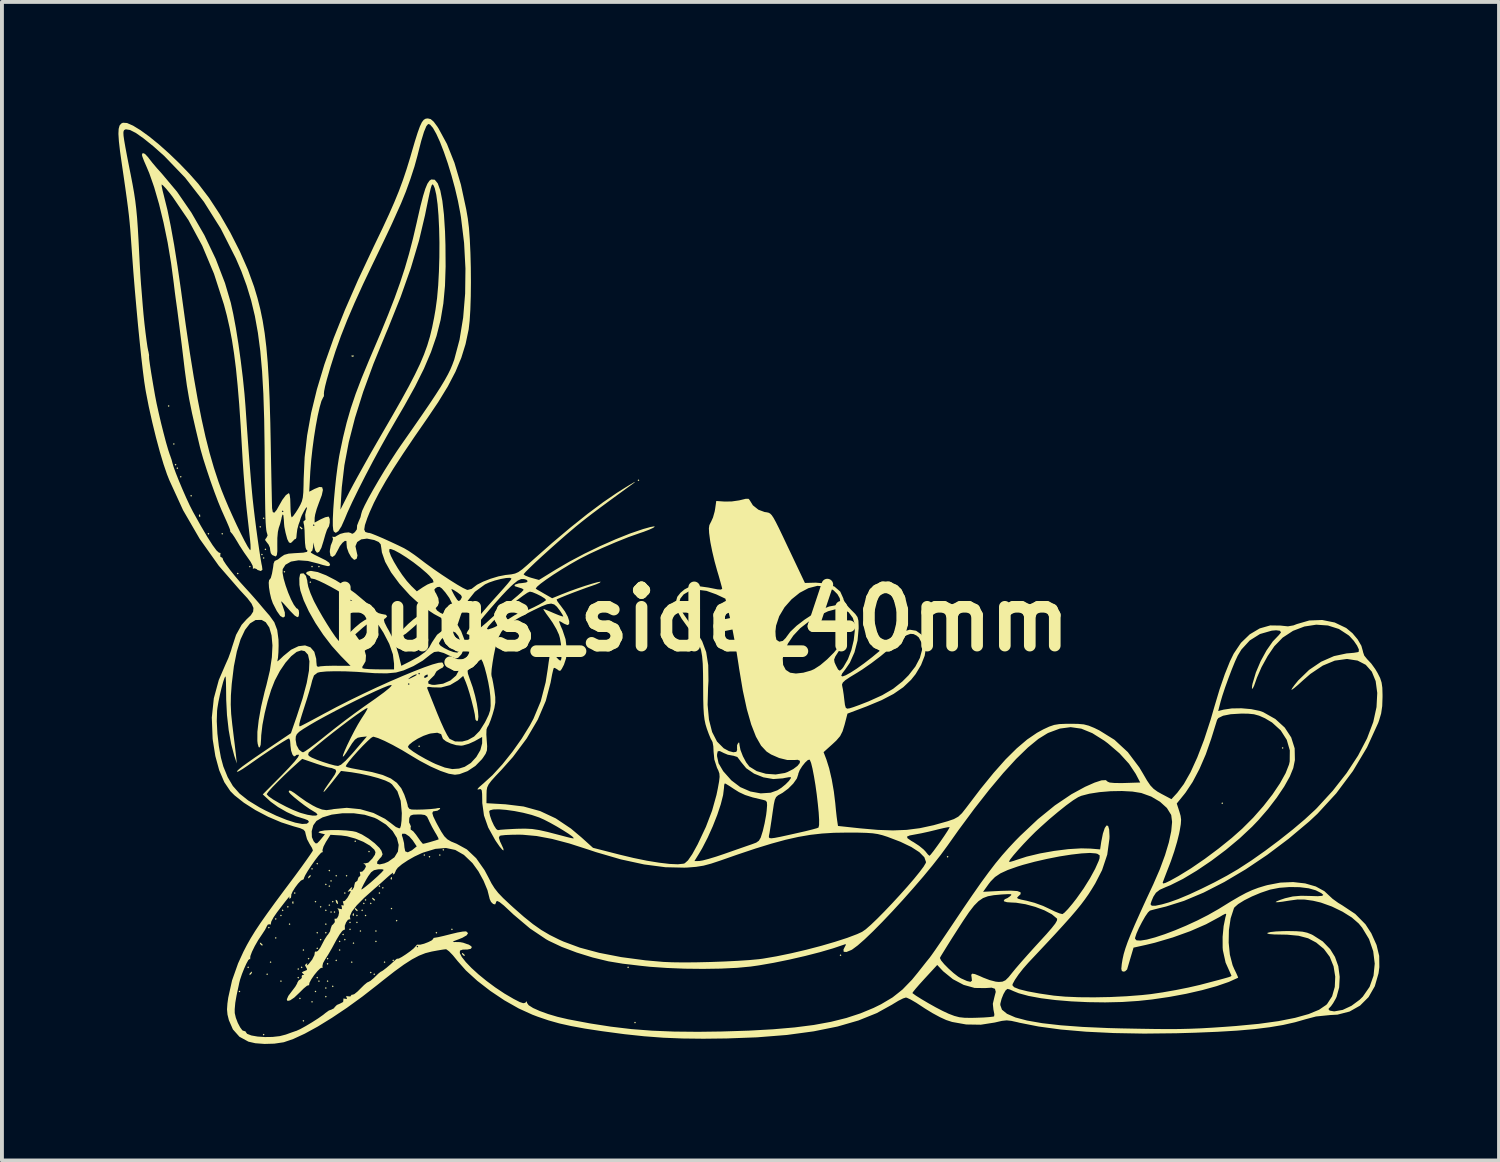
<source format=kicad_pcb>
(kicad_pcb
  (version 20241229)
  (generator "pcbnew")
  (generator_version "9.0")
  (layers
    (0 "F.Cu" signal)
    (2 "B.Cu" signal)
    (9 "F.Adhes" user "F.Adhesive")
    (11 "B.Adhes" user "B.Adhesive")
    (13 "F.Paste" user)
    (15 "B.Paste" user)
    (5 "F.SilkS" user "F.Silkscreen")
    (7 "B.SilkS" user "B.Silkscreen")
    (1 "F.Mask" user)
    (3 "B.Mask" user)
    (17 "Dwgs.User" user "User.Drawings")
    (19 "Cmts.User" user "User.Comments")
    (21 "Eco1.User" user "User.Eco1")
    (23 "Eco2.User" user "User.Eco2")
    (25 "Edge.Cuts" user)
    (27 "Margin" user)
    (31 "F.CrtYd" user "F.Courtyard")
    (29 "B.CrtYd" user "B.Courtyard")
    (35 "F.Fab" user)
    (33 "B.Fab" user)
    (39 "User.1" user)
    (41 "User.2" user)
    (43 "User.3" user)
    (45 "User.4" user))
  (footprint "bugs_side_40mm"
    (layer "F.Cu")
    (at 14.973 12.9)
    (property "Reference" "bugs_side_40mm" (at 0 0 0) (layer "F.SilkS") (effects (font (size 1.5 1.5) (thickness 0.3))))
    (attr board_only exclude_from_pos_files exclude_from_bom)
    (fp_poly (pts (xy -13.656 -5.494) (xy -13.679 -5.471) (xy -13.701 -5.494) (xy -13.679 -5.516)) (stroke (width 0) (type solid)) (fill yes) (layer "F.SilkS"))
    (fp_poly (pts (xy -13.523 -4.515) (xy -13.545 -4.493) (xy -13.567 -4.515) (xy -13.545 -4.537)) (stroke (width 0) (type solid)) (fill yes) (layer "F.SilkS"))
    (fp_poly (pts (xy -13.478 -3.981) (xy -13.501 -3.959) (xy -13.523 -3.981) (xy -13.501 -4.004)) (stroke (width 0) (type solid)) (fill yes) (layer "F.SilkS"))
    (fp_poly (pts (xy -13.434 -3.892) (xy -13.456 -3.87) (xy -13.478 -3.892) (xy -13.456 -3.915)) (stroke (width 0) (type solid)) (fill yes) (layer "F.SilkS"))
    (fp_poly (pts (xy -13.345 -3.67) (xy -13.367 -3.648) (xy -13.389 -3.67) (xy -13.367 -3.692)) (stroke (width 0) (type solid)) (fill yes) (layer "F.SilkS"))
    (fp_poly (pts (xy -13.078 -3.181) (xy -13.1 -3.158) (xy -13.123 -3.181) (xy -13.1 -3.203)) (stroke (width 0) (type solid)) (fill yes) (layer "F.SilkS"))
    (fp_poly (pts (xy -12.633 -2.202) (xy -12.656 -2.18) (xy -12.678 -2.202) (xy -12.656 -2.224)) (stroke (width 0) (type solid)) (fill yes) (layer "F.SilkS"))
    (fp_poly (pts (xy -12.277 -2.202) (xy -12.3 -2.18) (xy -12.322 -2.202) (xy -12.3 -2.224)) (stroke (width 0) (type solid)) (fill yes) (layer "F.SilkS"))
    (fp_poly (pts (xy -11.877 -1.179) (xy -11.899 -1.157) (xy -11.922 -1.179) (xy -11.899 -1.201)) (stroke (width 0) (type solid)) (fill yes) (layer "F.SilkS"))
    (fp_poly (pts (xy -11.833 9.586) (xy -11.855 9.608) (xy -11.877 9.586) (xy -11.855 9.564)) (stroke (width 0) (type solid)) (fill yes) (layer "F.SilkS"))
    (fp_poly (pts (xy -11.61 8.963) (xy -11.632 8.986) (xy -11.655 8.963) (xy -11.632 8.941)) (stroke (width 0) (type solid)) (fill yes) (layer "F.SilkS"))
    (fp_poly (pts (xy -11.566 -1.357) (xy -11.588 -1.335) (xy -11.61 -1.357) (xy -11.588 -1.379)) (stroke (width 0) (type solid)) (fill yes) (layer "F.SilkS"))
    (fp_poly (pts (xy -11.299 -2.38) (xy -11.321 -2.358) (xy -11.343 -2.38) (xy -11.321 -2.402)) (stroke (width 0) (type solid)) (fill yes) (layer "F.SilkS"))
    (fp_poly (pts (xy -11.254 -1.668) (xy -11.277 -1.646) (xy -11.299 -1.668) (xy -11.277 -1.69)) (stroke (width 0) (type solid)) (fill yes) (layer "F.SilkS"))
    (fp_poly (pts (xy -11.21 -2.602) (xy -11.232 -2.58) (xy -11.254 -2.602) (xy -11.232 -2.625)) (stroke (width 0) (type solid)) (fill yes) (layer "F.SilkS"))
    (fp_poly (pts (xy -11.21 -1.579) (xy -11.232 -1.557) (xy -11.254 -1.579) (xy -11.232 -1.601)) (stroke (width 0) (type solid)) (fill yes) (layer "F.SilkS"))
    (fp_poly (pts (xy -11.21 10.698) (xy -11.232 10.72) (xy -11.254 10.698) (xy -11.232 10.676)) (stroke (width 0) (type solid)) (fill yes) (layer "F.SilkS"))
    (fp_poly (pts (xy -11.165 -1.802) (xy -11.188 -1.779) (xy -11.21 -1.802) (xy -11.188 -1.824)) (stroke (width 0) (type solid)) (fill yes) (layer "F.SilkS"))
    (fp_poly (pts (xy -11.121 9.141) (xy -11.143 9.164) (xy -11.165 9.141) (xy -11.143 9.119)) (stroke (width 0) (type solid)) (fill yes) (layer "F.SilkS"))
    (fp_poly (pts (xy -11.076 7.94) (xy -11.099 7.963) (xy -11.121 7.94) (xy -11.099 7.918)) (stroke (width 0) (type solid)) (fill yes) (layer "F.SilkS"))
    (fp_poly (pts (xy -11.032 8.83) (xy -11.054 8.852) (xy -11.076 8.83) (xy -11.054 8.808)) (stroke (width 0) (type solid)) (fill yes) (layer "F.SilkS"))
    (fp_poly (pts (xy -10.898 7.718) (xy -10.921 7.74) (xy -10.943 7.718) (xy -10.921 7.696)) (stroke (width 0) (type solid)) (fill yes) (layer "F.SilkS"))
    (fp_poly (pts (xy -10.898 8.207) (xy -10.921 8.229) (xy -10.943 8.207) (xy -10.921 8.185)) (stroke (width 0) (type solid)) (fill yes) (layer "F.SilkS"))
    (fp_poly (pts (xy -10.765 7.629) (xy -10.787 7.651) (xy -10.809 7.629) (xy -10.787 7.607)) (stroke (width 0) (type solid)) (fill yes) (layer "F.SilkS"))
    (fp_poly (pts (xy -10.765 9.319) (xy -10.787 9.342) (xy -10.809 9.319) (xy -10.787 9.297)) (stroke (width 0) (type solid)) (fill yes) (layer "F.SilkS"))
    (fp_poly (pts (xy -10.72 7.495) (xy -10.743 7.518) (xy -10.765 7.495) (xy -10.743 7.473)) (stroke (width 0) (type solid)) (fill yes) (layer "F.SilkS"))
    (fp_poly (pts (xy -10.676 -1.223) (xy -10.698 -1.201) (xy -10.72 -1.223) (xy -10.698 -1.246)) (stroke (width 0) (type solid)) (fill yes) (layer "F.SilkS"))
    (fp_poly (pts (xy -10.587 7.406) (xy -10.609 7.429) (xy -10.632 7.406) (xy -10.609 7.384)) (stroke (width 0) (type solid)) (fill yes) (layer "F.SilkS"))
    (fp_poly (pts (xy -10.543 7.851) (xy -10.565 7.874) (xy -10.587 7.851) (xy -10.565 7.829)) (stroke (width 0) (type solid)) (fill yes) (layer "F.SilkS"))
    (fp_poly (pts (xy -10.409 7.051) (xy -10.431 7.073) (xy -10.454 7.051) (xy -10.431 7.028)) (stroke (width 0) (type solid)) (fill yes) (layer "F.SilkS"))
    (fp_poly (pts (xy -10.32 9.008) (xy -10.342 9.03) (xy -10.365 9.008) (xy -10.342 8.986)) (stroke (width 0) (type solid)) (fill yes) (layer "F.SilkS"))
    (fp_poly (pts (xy -10.32 9.23) (xy -10.342 9.253) (xy -10.365 9.23) (xy -10.342 9.208)) (stroke (width 0) (type solid)) (fill yes) (layer "F.SilkS"))
    (fp_poly (pts (xy -10.276 9.764) (xy -10.298 9.786) (xy -10.32 9.764) (xy -10.298 9.742)) (stroke (width 0) (type solid)) (fill yes) (layer "F.SilkS"))
    (fp_poly (pts (xy -10.231 8.963) (xy -10.253 8.986) (xy -10.276 8.963) (xy -10.253 8.941)) (stroke (width 0) (type solid)) (fill yes) (layer "F.SilkS"))
    (fp_poly (pts (xy -10.187 8.519) (xy -10.209 8.541) (xy -10.231 8.519) (xy -10.209 8.496)) (stroke (width 0) (type solid)) (fill yes) (layer "F.SilkS"))
    (fp_poly (pts (xy -10.187 10.342) (xy -10.209 10.365) (xy -10.231 10.342) (xy -10.209 10.32)) (stroke (width 0) (type solid)) (fill yes) (layer "F.SilkS"))
    (fp_poly (pts (xy -10.053 8.741) (xy -10.075 8.763) (xy -10.098 8.741) (xy -10.075 8.719)) (stroke (width 0) (type solid)) (fill yes) (layer "F.SilkS"))
    (fp_poly (pts (xy -10.009 -0.956) (xy -10.031 -0.934) (xy -10.053 -0.956) (xy -10.031 -0.979)) (stroke (width 0) (type solid)) (fill yes) (layer "F.SilkS"))
    (fp_poly (pts (xy -9.964 -1.357) (xy -9.987 -1.335) (xy -10.009 -1.357) (xy -9.987 -1.379)) (stroke (width 0) (type solid)) (fill yes) (layer "F.SilkS"))
    (fp_poly (pts (xy -9.964 6.428) (xy -9.987 6.45) (xy -10.009 6.428) (xy -9.987 6.406)) (stroke (width 0) (type solid)) (fill yes) (layer "F.SilkS"))
    (fp_poly (pts (xy -9.964 9.853) (xy -9.987 9.875) (xy -10.009 9.853) (xy -9.987 9.831)) (stroke (width 0) (type solid)) (fill yes) (layer "F.SilkS"))
    (fp_poly (pts (xy -9.875 7.273) (xy -9.898 7.295) (xy -9.92 7.273) (xy -9.898 7.251)) (stroke (width 0) (type solid)) (fill yes) (layer "F.SilkS"))
    (fp_poly (pts (xy -9.875 9.586) (xy -9.898 9.608) (xy -9.92 9.586) (xy -9.898 9.564)) (stroke (width 0) (type solid)) (fill yes) (layer "F.SilkS"))
    (fp_poly (pts (xy -9.831 6.294) (xy -9.853 6.317) (xy -9.875 6.294) (xy -9.853 6.272)) (stroke (width 0) (type solid)) (fill yes) (layer "F.SilkS"))
    (fp_poly (pts (xy -9.831 8.074) (xy -9.853 8.096) (xy -9.875 8.074) (xy -9.853 8.051)) (stroke (width 0) (type solid)) (fill yes) (layer "F.SilkS"))
    (fp_poly (pts (xy -9.831 8.474) (xy -9.853 8.496) (xy -9.875 8.474) (xy -9.853 8.452)) (stroke (width 0) (type solid)) (fill yes) (layer "F.SilkS"))
    (fp_poly (pts (xy -9.831 9.23) (xy -9.853 9.253) (xy -9.875 9.23) (xy -9.853 9.208)) (stroke (width 0) (type solid)) (fill yes) (layer "F.SilkS"))
    (fp_poly (pts (xy -9.786 -1.357) (xy -9.809 -1.335) (xy -9.831 -1.357) (xy -9.809 -1.379)) (stroke (width 0) (type solid)) (fill yes) (layer "F.SilkS"))
    (fp_poly (pts (xy -9.786 9.319) (xy -9.809 9.342) (xy -9.831 9.319) (xy -9.809 9.297)) (stroke (width 0) (type solid)) (fill yes) (layer "F.SilkS"))
    (fp_poly (pts (xy -9.742 7.406) (xy -9.764 7.429) (xy -9.786 7.406) (xy -9.764 7.384)) (stroke (width 0) (type solid)) (fill yes) (layer "F.SilkS"))
    (fp_poly (pts (xy -9.742 8.252) (xy -9.764 8.274) (xy -9.786 8.252) (xy -9.764 8.229)) (stroke (width 0) (type solid)) (fill yes) (layer "F.SilkS"))
    (fp_poly (pts (xy -9.608 6.828) (xy -9.631 6.85) (xy -9.653 6.828) (xy -9.631 6.806)) (stroke (width 0) (type solid)) (fill yes) (layer "F.SilkS"))
    (fp_poly (pts (xy -9.608 7.495) (xy -9.631 7.518) (xy -9.653 7.495) (xy -9.631 7.473)) (stroke (width 0) (type solid)) (fill yes) (layer "F.SilkS"))
    (fp_poly (pts (xy -9.608 7.851) (xy -9.631 7.874) (xy -9.653 7.851) (xy -9.631 7.829)) (stroke (width 0) (type solid)) (fill yes) (layer "F.SilkS"))
    (fp_poly (pts (xy -9.608 8.074) (xy -9.631 8.096) (xy -9.653 8.074) (xy -9.631 8.051)) (stroke (width 0) (type solid)) (fill yes) (layer "F.SilkS"))
    (fp_poly (pts (xy -9.608 9.497) (xy -9.631 9.519) (xy -9.653 9.497) (xy -9.631 9.475)) (stroke (width 0) (type solid)) (fill yes) (layer "F.SilkS"))
    (fp_poly (pts (xy -9.608 9.72) (xy -9.631 9.742) (xy -9.653 9.72) (xy -9.631 9.697)) (stroke (width 0) (type solid)) (fill yes) (layer "F.SilkS"))
    (fp_poly (pts (xy -9.564 8.741) (xy -9.586 8.763) (xy -9.608 8.741) (xy -9.586 8.719)) (stroke (width 0) (type solid)) (fill yes) (layer "F.SilkS"))
    (fp_poly (pts (xy -9.564 8.874) (xy -9.586 8.897) (xy -9.608 8.874) (xy -9.586 8.852)) (stroke (width 0) (type solid)) (fill yes) (layer "F.SilkS"))
    (fp_poly (pts (xy -9.564 9.319) (xy -9.586 9.342) (xy -9.608 9.319) (xy -9.586 9.297)) (stroke (width 0) (type solid)) (fill yes) (layer "F.SilkS"))
    (fp_poly (pts (xy -9.519 6.472) (xy -9.542 6.495) (xy -9.564 6.472) (xy -9.542 6.45)) (stroke (width 0) (type solid)) (fill yes) (layer "F.SilkS"))
    (fp_poly (pts (xy -9.519 6.873) (xy -9.542 6.895) (xy -9.564 6.873) (xy -9.542 6.85)) (stroke (width 0) (type solid)) (fill yes) (layer "F.SilkS"))
    (fp_poly (pts (xy -9.519 7.362) (xy -9.542 7.384) (xy -9.564 7.362) (xy -9.542 7.34)) (stroke (width 0) (type solid)) (fill yes) (layer "F.SilkS"))
    (fp_poly (pts (xy -9.475 6.739) (xy -9.497 6.761) (xy -9.519 6.739) (xy -9.497 6.717)) (stroke (width 0) (type solid)) (fill yes) (layer "F.SilkS"))
    (fp_poly (pts (xy -9.475 7.54) (xy -9.497 7.562) (xy -9.519 7.54) (xy -9.497 7.518)) (stroke (width 0) (type solid)) (fill yes) (layer "F.SilkS"))
    (fp_poly (pts (xy -9.43 7.273) (xy -9.453 7.295) (xy -9.475 7.273) (xy -9.453 7.251)) (stroke (width 0) (type solid)) (fill yes) (layer "F.SilkS"))
    (fp_poly (pts (xy -9.43 9.453) (xy -9.453 9.475) (xy -9.475 9.453) (xy -9.453 9.43)) (stroke (width 0) (type solid)) (fill yes) (layer "F.SilkS"))
    (fp_poly (pts (xy -9.386 7.54) (xy -9.408 7.562) (xy -9.43 7.54) (xy -9.408 7.518)) (stroke (width 0) (type solid)) (fill yes) (layer "F.SilkS"))
    (fp_poly (pts (xy -9.342 6.606) (xy -9.364 6.628) (xy -9.386 6.606) (xy -9.364 6.584)) (stroke (width 0) (type solid)) (fill yes) (layer "F.SilkS"))
    (fp_poly (pts (xy -9.342 8.785) (xy -9.364 8.808) (xy -9.386 8.785) (xy -9.364 8.763)) (stroke (width 0) (type solid)) (fill yes) (layer "F.SilkS"))
    (fp_poly (pts (xy -9.253 8.296) (xy -9.275 8.318) (xy -9.297 8.296) (xy -9.275 8.274)) (stroke (width 0) (type solid)) (fill yes) (layer "F.SilkS"))
    (fp_poly (pts (xy -9.253 8.519) (xy -9.275 8.541) (xy -9.297 8.519) (xy -9.275 8.496)) (stroke (width 0) (type solid)) (fill yes) (layer "F.SilkS"))
    (fp_poly (pts (xy -9.164 8.118) (xy -9.186 8.14) (xy -9.208 8.118) (xy -9.186 8.096)) (stroke (width 0) (type solid)) (fill yes) (layer "F.SilkS"))
    (fp_poly (pts (xy -9.119 7.051) (xy -9.141 7.073) (xy -9.164 7.051) (xy -9.141 7.028)) (stroke (width 0) (type solid)) (fill yes) (layer "F.SilkS"))
    (fp_poly (pts (xy -9.119 8.252) (xy -9.141 8.274) (xy -9.164 8.252) (xy -9.141 8.229)) (stroke (width 0) (type solid)) (fill yes) (layer "F.SilkS"))
    (fp_poly (pts (xy -9.075 6.606) (xy -9.097 6.628) (xy -9.119 6.606) (xy -9.097 6.584)) (stroke (width 0) (type solid)) (fill yes) (layer "F.SilkS"))
    (fp_poly (pts (xy -8.986 7.807) (xy -9.008 7.829) (xy -9.03 7.807) (xy -9.008 7.785)) (stroke (width 0) (type solid)) (fill yes) (layer "F.SilkS"))
    (fp_poly (pts (xy -8.986 7.985) (xy -9.008 8.007) (xy -9.03 7.985) (xy -9.008 7.963)) (stroke (width 0) (type solid)) (fill yes) (layer "F.SilkS"))
    (fp_poly (pts (xy -8.941 8.83) (xy -8.963 8.852) (xy -8.986 8.83) (xy -8.963 8.808)) (stroke (width 0) (type solid)) (fill yes) (layer "F.SilkS"))
    (fp_poly (pts (xy -8.897 8.341) (xy -8.919 8.363) (xy -8.941 8.341) (xy -8.919 8.318)) (stroke (width 0) (type solid)) (fill yes) (layer "F.SilkS"))
    (fp_poly (pts (xy -8.852 5.716) (xy -8.874 5.738) (xy -8.897 5.716) (xy -8.874 5.694)) (stroke (width 0) (type solid)) (fill yes) (layer "F.SilkS"))
    (fp_poly (pts (xy -8.808 7.629) (xy -8.83 7.651) (xy -8.852 7.629) (xy -8.83 7.607)) (stroke (width 0) (type solid)) (fill yes) (layer "F.SilkS"))
    (fp_poly (pts (xy -8.808 7.807) (xy -8.83 7.829) (xy -8.852 7.807) (xy -8.83 7.785)) (stroke (width 0) (type solid)) (fill yes) (layer "F.SilkS"))
    (fp_poly (pts (xy -8.719 8.029) (xy -8.741 8.051) (xy -8.763 8.029) (xy -8.741 8.007)) (stroke (width 0) (type solid)) (fill yes) (layer "F.SilkS"))
    (fp_poly (pts (xy -8.674 7.495) (xy -8.696 7.518) (xy -8.719 7.495) (xy -8.696 7.473)) (stroke (width 0) (type solid)) (fill yes) (layer "F.SilkS"))
    (fp_poly (pts (xy -8.63 7.318) (xy -8.652 7.34) (xy -8.674 7.318) (xy -8.652 7.295)) (stroke (width 0) (type solid)) (fill yes) (layer "F.SilkS"))
    (fp_poly (pts (xy -8.585 7.229) (xy -8.608 7.251) (xy -8.63 7.229) (xy -8.608 7.206)) (stroke (width 0) (type solid)) (fill yes) (layer "F.SilkS"))
    (fp_poly (pts (xy -8.585 7.629) (xy -8.608 7.651) (xy -8.63 7.629) (xy -8.608 7.607)) (stroke (width 0) (type solid)) (fill yes) (layer "F.SilkS"))
    (fp_poly (pts (xy -8.496 5.983) (xy -8.519 6.005) (xy -8.541 5.983) (xy -8.519 5.961)) (stroke (width 0) (type solid)) (fill yes) (layer "F.SilkS"))
    (fp_poly (pts (xy -8.452 7.318) (xy -8.474 7.34) (xy -8.496 7.318) (xy -8.474 7.295)) (stroke (width 0) (type solid)) (fill yes) (layer "F.SilkS"))
    (fp_poly (pts (xy -8.452 9.097) (xy -8.474 9.119) (xy -8.496 9.097) (xy -8.474 9.075)) (stroke (width 0) (type solid)) (fill yes) (layer "F.SilkS"))
    (fp_poly (pts (xy -8.363 9.141) (xy -8.385 9.164) (xy -8.407 9.141) (xy -8.385 9.119)) (stroke (width 0) (type solid)) (fill yes) (layer "F.SilkS"))
    (fp_poly (pts (xy -8.318 8.029) (xy -8.341 8.051) (xy -8.363 8.029) (xy -8.341 8.007)) (stroke (width 0) (type solid)) (fill yes) (layer "F.SilkS"))
    (fp_poly (pts (xy -8.318 8.296) (xy -8.341 8.318) (xy -8.363 8.296) (xy -8.341 8.274)) (stroke (width 0) (type solid)) (fill yes) (layer "F.SilkS"))
    (fp_poly (pts (xy -8.229 6.873) (xy -8.252 6.895) (xy -8.274 6.873) (xy -8.252 6.85)) (stroke (width 0) (type solid)) (fill yes) (layer "F.SilkS"))
    (fp_poly (pts (xy -8.229 7.051) (xy -8.252 7.073) (xy -8.274 7.051) (xy -8.252 7.028)) (stroke (width 0) (type solid)) (fill yes) (layer "F.SilkS"))
    (fp_poly (pts (xy -8.14 6.917) (xy -8.163 6.939) (xy -8.185 6.917) (xy -8.163 6.895)) (stroke (width 0) (type solid)) (fill yes) (layer "F.SilkS"))
    (fp_poly (pts (xy -8.096 8.83) (xy -8.118 8.852) (xy -8.14 8.83) (xy -8.118 8.808)) (stroke (width 0) (type solid)) (fill yes) (layer "F.SilkS"))
    (fp_poly (pts (xy -7.918 7.451) (xy -7.94 7.473) (xy -7.963 7.451) (xy -7.94 7.429)) (stroke (width 0) (type solid)) (fill yes) (layer "F.SilkS"))
    (fp_poly (pts (xy -7.874 8.785) (xy -7.896 8.808) (xy -7.918 8.785) (xy -7.896 8.763)) (stroke (width 0) (type solid)) (fill yes) (layer "F.SilkS"))
    (fp_poly (pts (xy -7.785 7.762) (xy -7.807 7.785) (xy -7.829 7.762) (xy -7.807 7.74)) (stroke (width 0) (type solid)) (fill yes) (layer "F.SilkS"))
    (fp_poly (pts (xy -7.206 3.27) (xy -7.229 3.292) (xy -7.251 3.27) (xy -7.229 3.247)) (stroke (width 0) (type solid)) (fill yes) (layer "F.SilkS"))
    (fp_poly (pts (xy -7.073 6.072) (xy -7.095 6.094) (xy -7.117 6.072) (xy -7.095 6.05)) (stroke (width 0) (type solid)) (fill yes) (layer "F.SilkS"))
    (fp_poly (pts (xy -6.939 6.116) (xy -6.962 6.139) (xy -6.984 6.116) (xy -6.962 6.094)) (stroke (width 0) (type solid)) (fill yes) (layer "F.SilkS"))
    (fp_poly (pts (xy -6.761 8.074) (xy -6.784 8.096) (xy -6.806 8.074) (xy -6.784 8.051)) (stroke (width 0) (type solid)) (fill yes) (layer "F.SilkS"))
    (fp_poly (pts (xy -6.673 6.072) (xy -6.695 6.094) (xy -6.717 6.072) (xy -6.695 6.05)) (stroke (width 0) (type solid)) (fill yes) (layer "F.SilkS"))
    (fp_poly (pts (xy -6.584 5.939) (xy -6.606 5.961) (xy -6.628 5.939) (xy -6.606 5.916)) (stroke (width 0) (type solid)) (fill yes) (layer "F.SilkS"))
    (fp_poly (pts (xy -6.361 7.985) (xy -6.383 8.007) (xy -6.406 7.985) (xy -6.383 7.963)) (stroke (width 0) (type solid)) (fill yes) (layer "F.SilkS"))
    (fp_poly (pts (xy -1.824 8.963) (xy -1.846 8.986) (xy -1.868 8.963) (xy -1.846 8.941)) (stroke (width 0) (type solid)) (fill yes) (layer "F.SilkS"))
    (fp_poly (pts (xy -1.646 10.387) (xy -1.668 10.409) (xy -1.69 10.387) (xy -1.668 10.365)) (stroke (width 0) (type solid)) (fill yes) (layer "F.SilkS"))
    (fp_poly (pts (xy -1.557 -3.581) (xy -1.579 -3.559) (xy -1.601 -3.581) (xy -1.579 -3.603)) (stroke (width 0) (type solid)) (fill yes) (layer "F.SilkS"))
    (fp_poly (pts (xy 3.648 8.652) (xy 3.625 8.674) (xy 3.603 8.652) (xy 3.625 8.63)) (stroke (width 0) (type solid)) (fill yes) (layer "F.SilkS"))
    (fp_poly (pts (xy 6.406 6.116) (xy 6.383 6.139) (xy 6.361 6.116) (xy 6.383 6.094)) (stroke (width 0) (type solid)) (fill yes) (layer "F.SilkS"))
    (fp_poly (pts (xy 13.478 4.737) (xy 13.456 4.76) (xy 13.434 4.737) (xy 13.456 4.715)) (stroke (width 0) (type solid)) (fill yes) (layer "F.SilkS"))
    (fp_poly (pts (xy 15.035 3.314) (xy 15.013 3.336) (xy 14.991 3.314) (xy 15.013 3.292)) (stroke (width 0) (type solid)) (fill yes) (layer "F.SilkS"))
    (fp_poly (pts (xy -12.871 -2.699) (xy -12.865 -2.646) (xy -12.871 -2.639) (xy -12.897 -2.645) (xy -12.9 -2.669) (xy -12.884 -2.706)) (stroke (width 0) (type solid)) (fill yes) (layer "F.SilkS"))
    (fp_poly (pts (xy -10.468 7.266) (xy -10.463 7.318) (xy -10.468 7.325) (xy -10.495 7.319) (xy -10.498 7.295) (xy -10.482 7.259)) (stroke (width 0) (type solid)) (fill yes) (layer "F.SilkS"))
    (fp_poly (pts (xy -8.912 -6.791) (xy -8.918 -6.765) (xy -8.941 -6.761) (xy -8.978 -6.778) (xy -8.971 -6.791) (xy -8.918 -6.796)) (stroke (width 0) (type solid)) (fill yes) (layer "F.SilkS"))
    (fp_poly (pts (xy -8.912 7.577) (xy -8.906 7.63) (xy -8.912 7.636) (xy -8.938 7.63) (xy -8.941 7.607) (xy -8.925 7.57)) (stroke (width 0) (type solid)) (fill yes) (layer "F.SilkS"))
    (fp_poly (pts (xy -7.933 6.643) (xy -7.928 6.696) (xy -7.933 6.702) (xy -7.959 6.696) (xy -7.963 6.673) (xy -7.946 6.636)) (stroke (width 0) (type solid)) (fill yes) (layer "F.SilkS"))
    (fp_poly (pts (xy -11.306 8.336) (xy -11.258 8.381) (xy -11.268 8.407) (xy -11.274 8.407) (xy -11.312 8.376) (xy -11.325 8.356) (xy -11.331 8.326)) (stroke (width 0) (type solid)) (fill yes) (layer "F.SilkS"))
    (fp_poly (pts (xy -10.283 -2.384) (xy -10.235 -2.343) (xy -10.231 -2.333) (xy -10.252 -2.314) (xy -10.296 -2.355) (xy -10.302 -2.364) (xy -10.307 -2.395)) (stroke (width 0) (type solid)) (fill yes) (layer "F.SilkS"))
    (fp_poly (pts (xy -9.343 7.239) (xy -9.326 7.271) (xy -9.315 7.334) (xy -9.345 7.322) (xy -9.366 7.292) (xy -9.379 7.234) (xy -9.374 7.224)) (stroke (width 0) (type solid)) (fill yes) (layer "F.SilkS"))
    (fp_poly (pts (xy -8.859 7.447) (xy -8.811 7.492) (xy -8.821 7.517) (xy -8.827 7.518) (xy -8.865 7.486) (xy -8.879 7.466) (xy -8.884 7.436)) (stroke (width 0) (type solid)) (fill yes) (layer "F.SilkS"))
    (fp_poly (pts (xy -8.414 7.18) (xy -8.367 7.221) (xy -8.363 7.231) (xy -8.384 7.249) (xy -8.428 7.208) (xy -8.434 7.199) (xy -8.439 7.169)) (stroke (width 0) (type solid)) (fill yes) (layer "F.SilkS"))
    (fp_poly (pts (xy -6.101 8.603) (xy -6.054 8.645) (xy -6.05 8.655) (xy -6.071 8.673) (xy -6.115 8.632) (xy -6.121 8.623) (xy -6.126 8.592)) (stroke (width 0) (type solid)) (fill yes) (layer "F.SilkS"))
    (fp_poly (pts (xy -11.535 9.103) (xy -11.543 9.119) (xy -11.585 9.162) (xy -11.593 9.164) (xy -11.596 9.135) (xy -11.588 9.119) (xy -11.546 9.077) (xy -11.538 9.075)) (stroke (width 0) (type solid)) (fill yes) (layer "F.SilkS"))
    (fp_poly (pts (xy -10.023 6.612) (xy -10.031 6.628) (xy -10.073 6.671) (xy -10.081 6.673) (xy -10.084 6.644) (xy -10.075 6.628) (xy -10.034 6.586) (xy -10.026 6.584)) (stroke (width 0) (type solid)) (fill yes) (layer "F.SilkS"))
    (fp_poly (pts (xy -7.035 -0.103) (xy -7.053 -0.057) (xy -7.093 -0.028) (xy -7.169 0.027) (xy -7.285 0.123) (xy -7.409 0.234) (xy -7.57 0.371) (xy -7.678 0.437) (xy -7.733 0.432) (xy -7.74 0.4) (xy -7.708 0.334) (xy -7.624 0.234) (xy -7.51 0.121) (xy -7.386 0.012) (xy -7.273 -0.073) (xy -7.193 -0.113) (xy -7.086 -0.125)) (stroke (width 0) (type solid)) (fill yes) (layer "F.SilkS"))
    (fp_poly (pts (xy -6.826 -11.321) (xy -6.748 -11.226) (xy -6.683 -11.045) (xy -6.63 -10.777) (xy -6.589 -10.425) (xy -6.561 -9.987) (xy -6.55 -9.64) (xy -6.546 -9.086) (xy -6.562 -8.589) (xy -6.604 -8.135) (xy -6.675 -7.709) (xy -6.78 -7.296) (xy -6.922 -6.883) (xy -7.105 -6.453) (xy -7.334 -5.993) (xy -7.614 -5.489) (xy -7.819 -5.138) (xy -8.014 -4.801) (xy -8.217 -4.438) (xy -8.421 -4.063) (xy -8.616 -3.691) (xy -8.795 -3.338) (xy -8.951 -3.019) (xy -9.075 -2.749) (xy -9.145 -2.581) (xy -9.23 -2.391) (xy -9.308 -2.271) (xy -9.375 -2.226) (xy -9.425 -2.259) (xy -9.44 -2.302) (xy -9.451 -2.408) (xy -9.451 -2.586) (xy -9.44 -2.817) (xy -9.44 -2.825) (xy -9.255 -2.825) (xy -9.018 -3.292) (xy -8.928 -3.463) (xy -8.802 -3.693) (xy -8.65 -3.966) (xy -8.482 -4.265) (xy -8.305 -4.573) (xy -8.184 -4.782) (xy -7.913 -5.25) (xy -7.684 -5.653) (xy -7.493 -6.001) (xy -7.336 -6.304) (xy -7.207 -6.573) (xy -7.103 -6.819) (xy -7.019 -7.051) (xy -6.95 -7.28) (xy -6.893 -7.516) (xy -6.842 -7.771) (xy -6.805 -7.983) (xy -6.766 -8.27) (xy -6.737 -8.599) (xy -6.718 -8.956) (xy -6.707 -9.328) (xy -6.705 -9.702) (xy -6.713 -10.062) (xy -6.729 -10.396) (xy -6.753 -10.69) (xy -6.786 -10.931) (xy -6.826 -11.104) (xy -6.852 -11.165) (xy -6.87 -11.194) (xy -6.887 -11.201) (xy -6.905 -11.176) (xy -6.927 -11.108) (xy -6.956 -10.988) (xy -6.995 -10.805) (xy -7.048 -10.549) (xy -7.076 -10.409) (xy -7.232 -9.75) (xy -7.441 -9.048) (xy -7.707 -8.295) (xy -8.031 -7.486) (xy -8.084 -7.362) (xy -8.404 -6.58) (xy -8.669 -5.858) (xy -8.88 -5.187) (xy -9.041 -4.559) (xy -9.153 -3.966) (xy -9.22 -3.399) (xy -9.229 -3.26) (xy -9.255 -2.825) (xy -9.44 -2.825) (xy -9.421 -3.085) (xy -9.395 -3.373) (xy -9.364 -3.663) (xy -9.328 -3.94) (xy -9.29 -4.185) (xy -9.274 -4.27) (xy -9.187 -4.687) (xy -9.094 -5.068) (xy -8.988 -5.435) (xy -8.862 -5.809) (xy -8.709 -6.211) (xy -8.522 -6.663) (xy -8.452 -6.828) (xy -8.222 -7.368) (xy -8.027 -7.844) (xy -7.861 -8.271) (xy -7.72 -8.665) (xy -7.597 -9.04) (xy -7.488 -9.414) (xy -7.388 -9.8) (xy -7.291 -10.215) (xy -7.271 -10.305) (xy -7.194 -10.642) (xy -7.127 -10.9) (xy -7.069 -11.089) (xy -7.015 -11.218) (xy -6.963 -11.295) (xy -6.916 -11.328)) (stroke (width 0) (type solid)) (fill yes) (layer "F.SilkS"))
    (fp_poly (pts (xy -14.289 -11.986) (xy -14.208 -11.899) (xy -14.184 -11.866) (xy -14.101 -11.76) (xy -13.983 -11.62) (xy -13.854 -11.477) (xy -13.463 -11.011) (xy -13.095 -10.476) (xy -12.759 -9.893) (xy -12.467 -9.281) (xy -12.228 -8.659) (xy -12.079 -8.153) (xy -12.015 -7.861) (xy -11.948 -7.502) (xy -11.883 -7.095) (xy -11.823 -6.663) (xy -11.769 -6.225) (xy -11.726 -5.804) (xy -11.701 -5.494) (xy -11.664 -4.957) (xy -11.631 -4.5) (xy -11.602 -4.112) (xy -11.576 -3.782) (xy -11.553 -3.501) (xy -11.531 -3.26) (xy -11.517 -3.114) (xy -11.491 -2.88) (xy -11.459 -2.612) (xy -11.423 -2.331) (xy -11.385 -2.053) (xy -11.348 -1.797) (xy -11.315 -1.582) (xy -11.288 -1.426) (xy -11.275 -1.366) (xy -11.264 -1.276) (xy -11.301 -1.246) (xy -11.314 -1.246) (xy -11.392 -1.271) (xy -11.41 -1.291) (xy -11.466 -1.314) (xy -11.487 -1.306) (xy -11.514 -1.304) (xy -11.507 -1.322) (xy -11.516 -1.38) (xy -11.569 -1.481) (xy -11.626 -1.563) (xy -11.738 -1.722) (xy -11.855 -1.902) (xy -11.901 -1.98) (xy -11.977 -2.105) (xy -12.04 -2.198) (xy -12.068 -2.229) (xy -12.097 -2.268) (xy -12.096 -2.274) (xy -12.094 -2.289) (xy -12.105 -2.325) (xy -12.133 -2.396) (xy -12.184 -2.515) (xy -12.264 -2.694) (xy -12.321 -2.822) (xy -12.404 -3.023) (xy -12.501 -3.28) (xy -12.604 -3.568) (xy -12.702 -3.861) (xy -12.789 -4.134) (xy -12.854 -4.362) (xy -12.876 -4.448) (xy -12.893 -4.52) (xy -12.925 -4.654) (xy -12.966 -4.826) (xy -12.982 -4.893) (xy -13.077 -5.307) (xy -13.151 -5.672) (xy -13.211 -6.027) (xy -13.263 -6.408) (xy -13.276 -6.517) (xy -13.341 -7.058) (xy -13.402 -7.539) (xy -13.455 -7.952) (xy -13.497 -8.252) (xy -13.518 -8.41) (xy -13.54 -8.592) (xy -13.547 -8.652) (xy -13.617 -9.177) (xy -13.705 -9.703) (xy -13.81 -10.213) (xy -13.926 -10.692) (xy -14.051 -11.123) (xy -14.077 -11.199) (xy -13.86 -11.199) (xy -13.858 -11.151) (xy -13.835 -11.04) (xy -13.797 -10.89) (xy -13.793 -10.873) (xy -13.71 -10.54) (xy -13.625 -10.125) (xy -13.537 -9.637) (xy -13.449 -9.082) (xy -13.36 -8.468) (xy -13.346 -8.363) (xy -13.238 -7.575) (xy -13.134 -6.869) (xy -13.032 -6.236) (xy -12.932 -5.668) (xy -12.832 -5.159) (xy -12.73 -4.699) (xy -12.624 -4.282) (xy -12.513 -3.899) (xy -12.396 -3.543) (xy -12.321 -3.337) (xy -12.239 -3.132) (xy -12.142 -2.902) (xy -12.035 -2.663) (xy -11.926 -2.426) (xy -11.82 -2.208) (xy -11.725 -2.02) (xy -11.647 -1.878) (xy -11.593 -1.795) (xy -11.575 -1.779) (xy -11.568 -1.819) (xy -11.571 -1.923) (xy -11.581 -2.035) (xy -11.597 -2.18) (xy -11.62 -2.387) (xy -11.647 -2.626) (xy -11.674 -2.869) (xy -11.698 -3.107) (xy -11.723 -3.407) (xy -11.749 -3.74) (xy -11.772 -4.078) (xy -11.787 -4.337) (xy -11.824 -4.975) (xy -11.862 -5.534) (xy -11.903 -6.025) (xy -11.946 -6.458) (xy -11.995 -6.845) (xy -12.049 -7.194) (xy -12.111 -7.517) (xy -12.181 -7.825) (xy -12.255 -8.104) (xy -12.511 -8.898) (xy -12.815 -9.622) (xy -13.169 -10.28) (xy -13.578 -10.881) (xy -13.654 -10.98) (xy -13.75 -11.096) (xy -13.824 -11.174) (xy -13.859 -11.199) (xy -13.86 -11.199) (xy -14.077 -11.199) (xy -14.179 -11.49) (xy -14.252 -11.663) (xy -14.313 -11.803) (xy -14.355 -11.913) (xy -14.368 -11.963) (xy -14.347 -12.009)) (stroke (width 0) (type solid)) (fill yes) (layer "F.SilkS"))
    (fp_poly (pts (xy -6.93 -12.882) (xy -6.853 -12.816) (xy -6.758 -12.688) (xy -6.73 -12.644) (xy -6.511 -12.241) (xy -6.318 -11.756) (xy -6.152 -11.194) (xy -6.015 -10.558) (xy -5.974 -10.32) (xy -5.945 -10.084) (xy -5.923 -9.783) (xy -5.907 -9.437) (xy -5.897 -9.065) (xy -5.894 -8.684) (xy -5.898 -8.315) (xy -5.909 -7.976) (xy -5.927 -7.687) (xy -5.952 -7.466) (xy -5.955 -7.453) (xy -6.032 -7.089) (xy -6.142 -6.734) (xy -6.292 -6.376) (xy -6.488 -6) (xy -6.738 -5.591) (xy -7.01 -5.188) (xy -7.35 -4.697) (xy -7.64 -4.267) (xy -7.885 -3.891) (xy -8.088 -3.56) (xy -8.256 -3.266) (xy -8.392 -3.002) (xy -8.502 -2.759) (xy -8.563 -2.606) (xy -8.624 -2.426) (xy -8.642 -2.311) (xy -8.614 -2.249) (xy -8.54 -2.226) (xy -8.512 -2.225) (xy -8.451 -2.206) (xy -8.328 -2.157) (xy -8.161 -2.086) (xy -7.97 -1.999) (xy -7.771 -1.906) (xy -7.615 -1.83) (xy -7.496 -1.76) (xy -7.35 -1.66) (xy -7.259 -1.593) (xy -7.068 -1.447) (xy -6.858 -1.295) (xy -6.641 -1.146) (xy -6.433 -1.009) (xy -6.248 -0.893) (xy -6.099 -0.807) (xy -6.001 -0.761) (xy -5.977 -0.756) (xy -5.877 -0.783) (xy -5.832 -0.817) (xy -5.737 -0.89) (xy -5.581 -0.969) (xy -5.389 -1.044) (xy -5.187 -1.105) (xy -5.003 -1.141) (xy -4.966 -1.145) (xy -4.849 -1.158) (xy -4.757 -1.178) (xy -4.672 -1.216) (xy -4.575 -1.284) (xy -4.449 -1.392) (xy -4.293 -1.532) (xy -3.804 -1.964) (xy -3.333 -2.361) (xy -2.89 -2.715) (xy -2.485 -3.017) (xy -2.135 -3.256) (xy -1.939 -3.38) (xy -1.791 -3.471) (xy -1.697 -3.526) (xy -1.662 -3.541) (xy -1.694 -3.513) (xy -1.734 -3.483) (xy -2.075 -3.235) (xy -2.354 -3.031) (xy -2.581 -2.863) (xy -2.768 -2.723) (xy -2.925 -2.602) (xy -3.063 -2.493) (xy -3.192 -2.388) (xy -3.247 -2.341) (xy -3.444 -2.174) (xy -3.651 -1.993) (xy -3.86 -1.807) (xy -4.058 -1.628) (xy -4.236 -1.464) (xy -4.381 -1.325) (xy -4.484 -1.222) (xy -4.534 -1.164) (xy -4.537 -1.157) (xy -4.499 -1.127) (xy -4.4 -1.087) (xy -4.339 -1.068) (xy -4.141 -1.013) (xy -3.705 -1.282) (xy -3.355 -1.486) (xy -2.969 -1.69) (xy -2.568 -1.884) (xy -2.169 -2.06) (xy -1.794 -2.21) (xy -1.459 -2.324) (xy -1.268 -2.377) (xy -1.177 -2.393) (xy -1.159 -2.383) (xy -1.204 -2.353) (xy -1.302 -2.308) (xy -1.443 -2.254) (xy -1.535 -2.223) (xy -1.83 -2.119) (xy -2.167 -1.984) (xy -2.516 -1.834) (xy -2.844 -1.683) (xy -3.114 -1.545) (xy -3.341 -1.416) (xy -3.565 -1.28) (xy -3.775 -1.146) (xy -3.957 -1.022) (xy -4.101 -0.916) (xy -4.194 -0.836) (xy -4.224 -0.79) (xy -4.221 -0.785) (xy -4.176 -0.757) (xy -4.078 -0.701) (xy -4.003 -0.657) (xy -3.802 -0.542) (xy -3.555 -0.643) (xy -3.363 -0.718) (xy -3.158 -0.792) (xy -2.957 -0.86) (xy -2.78 -0.915) (xy -2.643 -0.953) (xy -2.564 -0.968) (xy -2.552 -0.966) (xy -2.578 -0.941) (xy -2.668 -0.901) (xy -2.766 -0.866) (xy -2.908 -0.817) (xy -3.08 -0.754) (xy -3.262 -0.686) (xy -3.434 -0.619) (xy -3.575 -0.561) (xy -3.666 -0.522) (xy -3.687 -0.51) (xy -3.671 -0.469) (xy -3.612 -0.387) (xy -3.58 -0.347) (xy -3.472 -0.2) (xy -3.398 -0.064) (xy -3.362 0.048) (xy -3.364 0.124) (xy -3.407 0.15) (xy -3.494 0.114) (xy -3.578 0.063) (xy -3.622 0.044) (xy -3.616 0.081) (xy -3.581 0.175) (xy -3.535 0.278) (xy -3.456 0.515) (xy -3.425 0.768) (xy -3.443 1.005) (xy -3.498 1.17) (xy -3.556 1.281) (xy -3.593 1.327) (xy -3.629 1.322) (xy -3.67 1.29) (xy -3.735 1.252) (xy -3.76 1.254) (xy -3.776 1.304) (xy -3.803 1.42) (xy -3.833 1.58) (xy -3.842 1.629) (xy -3.966 2.101) (xy -4.172 2.584) (xy -4.457 3.069) (xy -4.814 3.548) (xy -5.104 3.874) (xy -5.264 4.043) (xy -5.372 4.164) (xy -5.439 4.254) (xy -5.475 4.33) (xy -5.489 4.407) (xy -5.492 4.502) (xy -5.492 4.509) (xy -5.494 4.737) (xy -5.004 4.765) (xy -4.537 4.822) (xy -4.111 4.94) (xy -3.709 5.128) (xy -3.317 5.391) (xy -3.045 5.62) (xy -2.75 5.886) (xy -2.076 6.059) (xy -1.709 6.147) (xy -1.363 6.218) (xy -1.048 6.269) (xy -0.777 6.301) (xy -0.564 6.31) (xy -0.419 6.295) (xy -0.387 6.284) (xy -0.324 6.228) (xy -0.138 6.228) (xy -0.014 6.226) (xy 0.077 6.211) (xy 0.229 6.171) (xy 0.421 6.113) (xy 0.623 6.045) (xy 0.845 5.967) (xy 1.057 5.893) (xy 1.235 5.831) (xy 1.34 5.795) (xy 1.454 5.752) (xy 1.523 5.703) (xy 1.57 5.623) (xy 1.574 5.61) (xy 1.779 5.61) (xy 1.795 5.634) (xy 1.843 5.641) (xy 1.932 5.63) (xy 2.077 5.602) (xy 2.287 5.556) (xy 2.528 5.502) (xy 2.729 5.456) (xy 2.897 5.414) (xy 3.013 5.382) (xy 3.058 5.364) (xy 3.073 5.3) (xy 3.074 5.166) (xy 3.063 4.979) (xy 3.041 4.756) (xy 3.013 4.514) (xy 2.979 4.27) (xy 2.941 4.042) (xy 2.903 3.846) (xy 2.867 3.7) (xy 2.834 3.62) (xy 2.83 3.616) (xy 2.785 3.624) (xy 2.715 3.688) (xy 2.639 3.782) (xy 2.574 3.885) (xy 2.539 3.973) (xy 2.537 3.991) (xy 2.501 4.1) (xy 2.408 4.231) (xy 2.279 4.361) (xy 2.135 4.468) (xy 2.093 4.492) (xy 2.016 4.534) (xy 1.965 4.58) (xy 1.932 4.651) (xy 1.907 4.766) (xy 1.88 4.947) (xy 1.877 4.967) (xy 1.849 5.165) (xy 1.821 5.347) (xy 1.8 5.483) (xy 1.795 5.511) (xy 1.783 5.569) (xy 1.779 5.61) (xy 1.574 5.61) (xy 1.613 5.486) (xy 1.623 5.454) (xy 1.67 5.255) (xy 1.709 5.042) (xy 1.723 4.929) (xy 1.734 4.786) (xy 1.728 4.707) (xy 1.695 4.67) (xy 1.627 4.65) (xy 1.618 4.648) (xy 1.363 4.588) (xy 1.169 4.526) (xy 1.01 4.452) (xy 0.885 4.374) (xy 0.766 4.295) (xy 0.678 4.241) (xy 0.646 4.226) (xy 0.629 4.264) (xy 0.623 4.349) (xy 0.601 4.528) (xy 0.541 4.765) (xy 0.45 5.039) (xy 0.335 5.331) (xy 0.204 5.623) (xy 0.064 5.895) (xy -0.021 6.039) (xy -0.138 6.228) (xy -0.324 6.228) (xy -0.303 6.209) (xy -0.193 6.049) (xy -0.058 5.803) (xy -0.055 5.798) (xy 0.158 5.346) (xy 0.317 4.93) (xy 0.43 4.525) (xy 0.464 4.361) (xy 0.497 4.18) (xy 0.511 4.059) (xy 0.505 3.973) (xy 0.478 3.894) (xy 0.444 3.825) (xy 0.375 3.613) (xy 0.367 3.525) (xy 0.445 3.525) (xy 0.484 3.709) (xy 0.604 3.913) (xy 0.805 4.139) (xy 0.818 4.152) (xy 1.044 4.323) (xy 1.302 4.435) (xy 1.569 4.484) (xy 1.825 4.467) (xy 1.999 4.405) (xy 2.103 4.339) (xy 2.209 4.252) (xy 2.296 4.164) (xy 2.345 4.094) (xy 2.346 4.066) (xy 2.299 4.067) (xy 2.195 4.085) (xy 2.138 4.097) (xy 1.893 4.115) (xy 1.639 4.071) (xy 1.398 3.975) (xy 1.196 3.836) (xy 1.054 3.663) (xy 1.046 3.649) (xy 0.967 3.546) (xy 0.862 3.513) (xy 0.855 3.513) (xy 0.722 3.488) (xy 0.623 3.447) (xy 0.516 3.394) (xy 0.463 3.4) (xy 0.446 3.473) (xy 0.445 3.525) (xy 0.367 3.525) (xy 0.356 3.414) (xy 0.349 3.272) (xy 0.33 3.167) (xy 0.315 3.134) (xy 0.28 3.072) (xy 0.231 2.952) (xy 0.181 2.815) (xy 0.147 2.702) (xy 0.123 2.587) (xy 0.106 2.452) (xy 0.095 2.28) (xy 0.089 2.056) (xy 0.087 1.761) (xy 0.087 1.725) (xy 0.084 1.398) (xy 0.077 1.144) (xy 0.06 0.948) (xy 0.033 0.794) (xy -0.009 0.667) (xy -0.069 0.55) (xy -0.149 0.428) (xy -0.17 0.398) (xy -0.282 0.242) (xy -0.408 0.067) (xy -0.468 -0.016) (xy -0.589 -0.229) (xy -0.626 -0.415) (xy -0.623 -0.425) (xy -0.53 -0.425) (xy -0.506 -0.299) (xy -0.423 -0.14) (xy -0.28 0.066) (xy -0.273 0.075) (xy -0.15 0.244) (xy -0.04 0.404) (xy 0.041 0.53) (xy 0.064 0.571) (xy 0.165 0.846) (xy 0.218 1.181) (xy 0.224 1.585) (xy 0.214 1.757) (xy 0.202 2.203) (xy 0.237 2.586) (xy 0.318 2.903) (xy 0.444 3.149) (xy 0.615 3.321) (xy 0.621 3.325) (xy 0.751 3.395) (xy 0.864 3.425) (xy 0.941 3.414) (xy 0.964 3.362) (xy 0.96 3.347) (xy 0.961 3.245) (xy 0.979 3.203) (xy 1.011 3.167) (xy 1.022 3.211) (xy 1.022 3.232) (xy 1.048 3.365) (xy 1.111 3.528) (xy 1.194 3.684) (xy 1.278 3.794) (xy 1.281 3.796) (xy 1.468 3.911) (xy 1.702 3.979) (xy 1.954 3.997) (xy 2.191 3.959) (xy 2.257 3.935) (xy 2.408 3.858) (xy 2.517 3.776) (xy 2.576 3.702) (xy 2.58 3.645) (xy 2.522 3.619) (xy 2.435 3.625) (xy 2.256 3.625) (xy 2.045 3.573) (xy 1.837 3.482) (xy 1.721 3.407) (xy 1.579 3.255) (xy 1.447 3.023) (xy 1.325 2.71) (xy 1.212 2.314) (xy 1.108 1.833) (xy 1.082 1.678) (xy 3.664 1.678) (xy 3.667 1.71) (xy 3.686 1.804) (xy 3.708 1.949) (xy 3.721 2.061) (xy 3.739 2.205) (xy 3.761 2.279) (xy 3.797 2.302) (xy 3.859 2.293) (xy 3.866 2.291) (xy 3.959 2.262) (xy 4.108 2.208) (xy 4.285 2.139) (xy 4.351 2.113) (xy 4.698 1.956) (xy 4.98 1.791) (xy 5.218 1.602) (xy 5.378 1.442) (xy 5.553 1.217) (xy 5.669 0.996) (xy 5.725 0.789) (xy 5.716 0.61) (xy 5.642 0.469) (xy 5.583 0.419) (xy 5.506 0.381) (xy 5.426 0.375) (xy 5.332 0.409) (xy 5.21 0.487) (xy 5.049 0.617) (xy 4.87 0.773) (xy 4.66 0.948) (xy 4.42 1.13) (xy 4.186 1.293) (xy 4.053 1.377) (xy 3.868 1.489) (xy 3.749 1.569) (xy 3.685 1.629) (xy 3.664 1.678) (xy 1.082 1.678) (xy 1.013 1.266) (xy 0.999 1.169) (xy 0.974 1.01) (xy 2.137 1.01) (xy 2.147 1.175) (xy 2.215 1.303) (xy 2.327 1.376) (xy 2.476 1.397) (xy 2.666 1.376) (xy 2.864 1.32) (xy 2.947 1.283) (xy 3.102 1.183) (xy 3.28 1.033) (xy 3.453 0.86) (xy 3.593 0.689) (xy 3.659 0.608) (xy 3.688 0.594) (xy 3.68 0.636) (xy 3.639 0.721) (xy 3.568 0.839) (xy 3.563 0.846) (xy 3.489 0.962) (xy 3.46 1.039) (xy 3.471 1.109) (xy 3.505 1.186) (xy 3.562 1.294) (xy 3.607 1.324) (xy 3.662 1.279) (xy 3.702 1.226) (xy 3.816 1.028) (xy 3.905 0.792) (xy 3.965 0.542) (xy 3.992 0.301) (xy 3.981 0.093) (xy 3.942 -0.035) (xy 3.836 -0.179) (xy 3.698 -0.256) (xy 3.523 -0.265) (xy 3.305 -0.207) (xy 3.041 -0.08) (xy 2.8 0.065) (xy 2.587 0.23) (xy 2.41 0.419) (xy 2.273 0.62) (xy 2.18 0.821) (xy 2.137 1.01) (xy 0.974 1.01) (xy 0.953 0.876) (xy 0.9 0.567) (xy 0.852 0.311) (xy 1.949 0.311) (xy 1.955 0.434) (xy 1.973 0.521) (xy 1.977 0.53) (xy 2.048 0.577) (xy 2.138 0.557) (xy 2.218 0.477) (xy 2.227 0.462) (xy 2.332 0.321) (xy 2.496 0.165) (xy 2.698 0.01) (xy 2.918 -0.134) (xy 3.136 -0.251) (xy 3.331 -0.329) (xy 3.476 -0.356) (xy 3.577 -0.382) (xy 3.618 -0.449) (xy 3.605 -0.542) (xy 3.546 -0.646) (xy 3.448 -0.744) (xy 3.318 -0.821) (xy 3.246 -0.845) (xy 3.029 -0.861) (xy 2.8 -0.802) (xy 2.574 -0.683) (xy 2.364 -0.514) (xy 2.183 -0.309) (xy 2.046 -0.079) (xy 1.965 0.164) (xy 1.949 0.311) (xy 0.852 0.311) (xy 0.844 0.272) (xy 0.793 0.025) (xy 0.777 -0.041) (xy 0.66 -0.531) (xy 0.422 -0.643) (xy 0.173 -0.732) (xy -0.06 -0.761) (xy -0.261 -0.731) (xy -0.414 -0.642) (xy -0.417 -0.639) (xy -0.5 -0.534) (xy -0.53 -0.425) (xy -0.623 -0.425) (xy -0.579 -0.579) (xy -0.497 -0.682) (xy -0.392 -0.77) (xy -0.285 -0.826) (xy -0.158 -0.852) (xy 0.006 -0.848) (xy 0.223 -0.817) (xy 0.456 -0.771) (xy 0.543 -0.765) (xy 0.578 -0.785) (xy 0.565 -0.841) (xy 0.532 -0.962) (xy 0.485 -1.129) (xy 0.447 -1.255) (xy 0.382 -1.49) (xy 0.322 -1.743) (xy 0.276 -1.971) (xy 0.265 -2.039) (xy 0.241 -2.222) (xy 0.235 -2.343) (xy 0.247 -2.424) (xy 0.28 -2.492) (xy 0.288 -2.505) (xy 0.34 -2.62) (xy 0.383 -2.773) (xy 0.394 -2.833) (xy 0.425 -3.047) (xy 0.641 -3.032) (xy 0.824 -3.035) (xy 1.013 -3.062) (xy 1.059 -3.073) (xy 1.188 -3.104) (xy 1.256 -3.103) (xy 1.281 -3.075) (xy 1.368 -2.935) (xy 1.51 -2.822) (xy 1.669 -2.763) (xy 1.726 -2.755) (xy 1.771 -2.745) (xy 1.811 -2.724) (xy 1.852 -2.683) (xy 1.9 -2.612) (xy 1.96 -2.502) (xy 2.04 -2.343) (xy 2.144 -2.126) (xy 2.278 -1.842) (xy 2.334 -1.725) (xy 2.708 -0.936) (xy 2.989 -0.943) (xy 3.256 -0.921) (xy 3.468 -0.843) (xy 3.618 -0.713) (xy 3.698 -0.536) (xy 3.704 -0.506) (xy 3.742 -0.426) (xy 3.828 -0.317) (xy 3.905 -0.237) (xy 4.005 -0.137) (xy 4.062 -0.057) (xy 4.086 0.036) (xy 4.092 0.174) (xy 4.092 0.237) (xy 4.064 0.546) (xy 3.985 0.85) (xy 3.865 1.12) (xy 3.749 1.289) (xy 3.665 1.4) (xy 3.644 1.459) (xy 3.679 1.472) (xy 3.762 1.441) (xy 3.887 1.372) (xy 4.046 1.269) (xy 4.233 1.135) (xy 4.441 0.974) (xy 4.662 0.791) (xy 4.783 0.686) (xy 4.94 0.55) (xy 5.082 0.432) (xy 5.19 0.349) (xy 5.236 0.318) (xy 5.409 0.268) (xy 5.571 0.295) (xy 5.705 0.39) (xy 5.796 0.54) (xy 5.827 0.726) (xy 5.793 0.939) (xy 5.699 1.178) (xy 5.558 1.414) (xy 5.442 1.559) (xy 5.241 1.75) (xy 4.992 1.922) (xy 4.683 2.083) (xy 4.299 2.243) (xy 3.804 2.43) (xy 3.73 2.716) (xy 3.678 2.885) (xy 3.615 3.009) (xy 3.517 3.123) (xy 3.422 3.212) (xy 3.189 3.422) (xy 3.262 3.613) (xy 3.333 3.84) (xy 3.399 4.125) (xy 3.453 4.435) (xy 3.49 4.737) (xy 3.507 4.918) (xy 3.525 5.081) (xy 3.539 5.186) (xy 3.56 5.323) (xy 4.126 5.384) (xy 4.581 5.424) (xy 4.974 5.438) (xy 5.329 5.424) (xy 5.67 5.38) (xy 6.021 5.304) (xy 6.382 5.202) (xy 6.545 5.146) (xy 6.658 5.084) (xy 6.753 4.994) (xy 6.86 4.858) (xy 7.232 4.369) (xy 7.569 3.955) (xy 7.877 3.608) (xy 8.163 3.325) (xy 8.43 3.098) (xy 8.685 2.924) (xy 8.848 2.835) (xy 9.001 2.764) (xy 9.127 2.721) (xy 9.261 2.699) (xy 9.435 2.692) (xy 9.543 2.691) (xy 9.744 2.694) (xy 9.891 2.707) (xy 10.018 2.74) (xy 10.16 2.798) (xy 10.293 2.863) (xy 10.681 3.104) (xy 11.024 3.421) (xy 11.321 3.816) (xy 11.413 3.97) (xy 11.52 4.154) (xy 11.606 4.28) (xy 11.689 4.367) (xy 11.787 4.438) (xy 11.89 4.496) (xy 12.148 4.633) (xy 12.299 4.468) (xy 12.467 4.244) (xy 12.64 3.939) (xy 12.814 3.557) (xy 12.987 3.107) (xy 13.155 2.594) (xy 13.256 2.246) (xy 13.388 1.805) (xy 13.523 1.413) (xy 13.655 1.084) (xy 13.751 0.886) (xy 13.939 0.606) (xy 14.166 0.387) (xy 14.422 0.235) (xy 14.693 0.158) (xy 14.968 0.162) (xy 14.983 0.165) (xy 15.149 0.182) (xy 15.292 0.157) (xy 15.376 0.124) (xy 15.697 0.031) (xy 16.03 0.018) (xy 16.353 0.083) (xy 16.65 0.225) (xy 16.656 0.23) (xy 16.81 0.358) (xy 16.944 0.518) (xy 17.04 0.683) (xy 17.081 0.829) (xy 17.082 0.841) (xy 17.114 0.935) (xy 17.194 1.034) (xy 17.206 1.045) (xy 17.297 1.143) (xy 17.399 1.285) (xy 17.458 1.384) (xy 17.523 1.513) (xy 17.561 1.63) (xy 17.58 1.765) (xy 17.585 1.95) (xy 17.585 1.999) (xy 17.577 2.236) (xy 17.549 2.427) (xy 17.494 2.612) (xy 17.473 2.67) (xy 17.186 3.298) (xy 16.822 3.908) (xy 16.392 4.484) (xy 15.909 5.009) (xy 15.697 5.207) (xy 15.165 5.654) (xy 14.616 6.067) (xy 14.061 6.44) (xy 13.511 6.766) (xy 12.978 7.039) (xy 12.472 7.252) (xy 12.005 7.399) (xy 11.987 7.403) (xy 11.82 7.444) (xy 11.679 7.48) (xy 11.595 7.503) (xy 11.594 7.503) (xy 11.544 7.55) (xy 11.471 7.656) (xy 11.39 7.798) (xy 11.311 7.951) (xy 11.248 8.093) (xy 11.213 8.199) (xy 11.21 8.227) (xy 11.248 8.269) (xy 11.353 8.275) (xy 11.517 8.249) (xy 11.726 8.193) (xy 11.972 8.112) (xy 12.242 8.01) (xy 12.525 7.891) (xy 12.812 7.759) (xy 13.091 7.617) (xy 13.35 7.47) (xy 13.406 7.436) (xy 13.678 7.268) (xy 13.895 7.141) (xy 14.072 7.046) (xy 14.23 6.974) (xy 14.384 6.916) (xy 14.554 6.864) (xy 14.62 6.846) (xy 14.952 6.782) (xy 15.282 6.768) (xy 15.592 6.803) (xy 15.867 6.882) (xy 16.088 7.003) (xy 16.196 7.104) (xy 16.298 7.199) (xy 16.442 7.303) (xy 16.543 7.364) (xy 16.882 7.589) (xy 17.145 7.855) (xy 17.295 8.086) (xy 17.431 8.389) (xy 17.499 8.67) (xy 17.503 8.96) (xy 17.482 9.118) (xy 17.386 9.451) (xy 17.225 9.731) (xy 17.006 9.95) (xy 16.736 10.103) (xy 16.424 10.183) (xy 16.237 10.193) (xy 15.872 10.23) (xy 15.614 10.298) (xy 15.331 10.379) (xy 15.022 10.449) (xy 14.678 10.507) (xy 14.289 10.555) (xy 13.846 10.594) (xy 13.34 10.624) (xy 12.761 10.648) (xy 12.277 10.662) (xy 11.443 10.671) (xy 10.665 10.657) (xy 9.948 10.622) (xy 9.299 10.566) (xy 8.724 10.488) (xy 8.229 10.39) (xy 8.187 10.379) (xy 8.025 10.343) (xy 7.904 10.33) (xy 7.783 10.343) (xy 7.622 10.38) (xy 7.596 10.386) (xy 7.239 10.442) (xy 6.862 10.436) (xy 6.499 10.371) (xy 6.346 10.321) (xy 6.187 10.248) (xy 5.991 10.142) (xy 5.794 10.021) (xy 5.735 9.982) (xy 5.575 9.877) (xy 5.436 9.796) (xy 5.337 9.749) (xy 5.309 9.742) (xy 5.236 9.765) (xy 5.115 9.826) (xy 4.971 9.913) (xy 4.956 9.923) (xy 4.556 10.144) (xy 4.087 10.333) (xy 3.547 10.489) (xy 2.933 10.613) (xy 2.243 10.706) (xy 1.473 10.767) (xy 0.689 10.796) (xy 0.094 10.803) (xy -0.44 10.797) (xy -0.939 10.777) (xy -1.43 10.74) (xy -1.939 10.686) (xy -2.493 10.612) (xy -2.536 10.606) (xy -2.957 10.542) (xy -3.311 10.477) (xy -3.616 10.409) (xy -3.894 10.331) (xy -4.165 10.239) (xy -4.308 10.185) (xy -4.662 10.024) (xy -5.031 9.815) (xy -5.394 9.572) (xy -5.731 9.311) (xy -6.023 9.045) (xy -6.249 8.789) (xy -6.249 8.788) (xy -6.359 8.653) (xy -6.457 8.552) (xy -6.526 8.501) (xy -6.538 8.498) (xy -6.614 8.507) (xy -6.748 8.529) (xy -6.905 8.558) (xy -7.067 8.599) (xy -7.232 8.664) (xy -7.413 8.76) (xy -7.62 8.893) (xy -7.865 9.071) (xy -8.159 9.301) (xy -8.29 9.406) (xy -8.686 9.715) (xy -9.083 10.003) (xy -9.471 10.263) (xy -9.838 10.489) (xy -10.174 10.673) (xy -10.468 10.809) (xy -10.709 10.892) (xy -10.728 10.896) (xy -10.958 10.93) (xy -11.21 10.937) (xy -11.448 10.919) (xy -11.626 10.878) (xy -11.856 10.752) (xy -12.025 10.562) (xy -12.128 10.326) (xy -12.164 10.181) (xy -12.176 10.051) (xy -12.176 10.042) (xy -11.978 10.042) (xy -11.977 10.142) (xy -11.949 10.263) (xy -11.899 10.394) (xy -11.838 10.51) (xy -11.78 10.588) (xy -11.736 10.605) (xy -11.701 10.611) (xy -11.699 10.622) (xy -11.658 10.677) (xy -11.549 10.719) (xy -11.39 10.747) (xy -11.202 10.76) (xy -11.005 10.757) (xy -10.817 10.736) (xy -10.659 10.695) (xy -10.654 10.693) (xy -10.519 10.644) (xy -10.407 10.605) (xy -10.387 10.599) (xy -10.292 10.556) (xy -10.15 10.478) (xy -9.986 10.38) (xy -9.827 10.278) (xy -9.698 10.187) (xy -9.641 10.14) (xy -9.552 10.076) (xy -9.487 10.053) (xy -9.42 10.018) (xy -9.404 9.991) (xy -9.346 9.933) (xy -9.268 9.9) (xy -9.186 9.857) (xy -9.18 9.809) (xy -9.177 9.766) (xy -9.132 9.774) (xy -9.084 9.78) (xy -9.097 9.742) (xy -9.107 9.701) (xy -9.06 9.711) (xy -8.998 9.714) (xy -8.986 9.693) (xy -8.959 9.666) (xy -8.947 9.671) (xy -8.899 9.655) (xy -8.814 9.587) (xy -8.745 9.518) (xy -8.646 9.42) (xy -8.568 9.355) (xy -8.538 9.342) (xy -8.481 9.312) (xy -8.394 9.239) (xy -8.363 9.208) (xy -8.277 9.125) (xy -8.219 9.079) (xy -8.209 9.075) (xy -8.161 9.047) (xy -8.07 8.977) (xy -7.957 8.881) (xy -7.866 8.797) (xy -7.806 8.746) (xy -7.785 8.741) (xy -7.753 8.739) (xy -7.674 8.697) (xy -7.57 8.63) (xy -7.462 8.553) (xy -7.373 8.481) (xy -7.324 8.43) (xy -7.324 8.43) (xy -7.295 8.43) (xy -7.273 8.452) (xy -7.251 8.43) (xy -7.273 8.407) (xy -7.295 8.43) (xy -7.324 8.43) (xy -7.322 8.426) (xy -7.281 8.379) (xy -7.257 8.381) (xy -7.199 8.381) (xy -7.101 8.356) (xy -6.994 8.315) (xy -6.907 8.272) (xy -6.87 8.237) (xy -6.871 8.233) (xy -6.851 8.206) (xy -6.814 8.2) (xy -6.736 8.187) (xy -6.601 8.156) (xy -6.434 8.114) (xy -6.407 8.107) (xy -6.24 8.067) (xy -6.104 8.043) (xy -6.022 8.038) (xy -6.015 8.04) (xy -5.968 8.083) (xy -6.003 8.139) (xy -6.114 8.203) (xy -6.208 8.241) (xy -6.325 8.285) (xy -6.362 8.308) (xy -6.326 8.314) (xy -6.294 8.312) (xy -6.175 8.315) (xy -6.094 8.33) (xy -5.992 8.366) (xy -5.95 8.379) (xy -5.884 8.422) (xy -5.872 8.45) (xy -5.897 8.487) (xy -5.984 8.505) (xy -6.105 8.508) (xy -6.176 8.532) (xy -6.181 8.598) (xy -6.128 8.7) (xy -6.025 8.83) (xy -5.88 8.981) (xy -5.7 9.145) (xy -5.493 9.314) (xy -5.268 9.481) (xy -5.031 9.639) (xy -4.79 9.78) (xy -4.786 9.782) (xy -4.637 9.858) (xy -4.546 9.888) (xy -4.496 9.878) (xy -4.486 9.867) (xy -4.456 9.837) (xy -4.449 9.881) (xy -4.407 9.94) (xy -4.293 10.012) (xy -4.121 10.089) (xy -3.906 10.167) (xy -3.662 10.239) (xy -3.404 10.299) (xy -3.403 10.3) (xy -2.83 10.408) (xy -2.289 10.492) (xy -1.76 10.555) (xy -1.224 10.596) (xy -0.658 10.619) (xy -0.043 10.625) (xy 0.556 10.617) (xy 1.261 10.595) (xy 1.887 10.56) (xy 2.442 10.512) (xy 2.936 10.449) (xy 3.377 10.368) (xy 3.775 10.269) (xy 4.138 10.15) (xy 4.476 10.01) (xy 4.671 9.914) (xy 4.964 9.74) (xy 5.106 9.628) (xy 5.477 9.628) (xy 5.566 9.693) (xy 5.711 9.784) (xy 5.889 9.889) (xy 6.078 9.995) (xy 6.255 10.087) (xy 6.396 10.153) (xy 6.406 10.158) (xy 6.555 10.215) (xy 6.684 10.249) (xy 6.824 10.264) (xy 7.005 10.266) (xy 7.126 10.263) (xy 7.313 10.256) (xy 7.465 10.245) (xy 7.56 10.233) (xy 7.581 10.227) (xy 7.587 10.172) (xy 7.567 10.071) (xy 7.564 10.06) (xy 7.551 9.935) (xy 7.74 9.935) (xy 7.783 10.055) (xy 7.913 10.161) (xy 8.129 10.255) (xy 8.431 10.335) (xy 8.821 10.403) (xy 9.298 10.457) (xy 9.863 10.499) (xy 10.515 10.528) (xy 10.854 10.537) (xy 11.318 10.546) (xy 11.711 10.552) (xy 12.05 10.555) (xy 12.351 10.553) (xy 12.633 10.546) (xy 12.912 10.535) (xy 13.206 10.518) (xy 13.533 10.496) (xy 13.812 10.475) (xy 14.395 10.42) (xy 14.903 10.35) (xy 15.334 10.265) (xy 15.684 10.167) (xy 15.952 10.056) (xy 16.134 9.932) (xy 16.157 9.909) (xy 16.286 9.711) (xy 16.355 9.469) (xy 16.367 9.204) (xy 16.324 8.938) (xy 16.225 8.693) (xy 16.074 8.49) (xy 16.071 8.487) (xy 15.876 8.326) (xy 15.668 8.216) (xy 15.424 8.151) (xy 15.125 8.123) (xy 15.005 8.121) (xy 14.794 8.117) (xy 14.666 8.107) (xy 14.615 8.091) (xy 14.627 8.074) (xy 14.702 8.055) (xy 14.842 8.04) (xy 15.025 8.032) (xy 15.147 8.03) (xy 15.366 8.034) (xy 15.523 8.046) (xy 15.643 8.072) (xy 15.75 8.114) (xy 15.792 8.135) (xy 16.045 8.297) (xy 16.236 8.495) (xy 16.36 8.696) (xy 16.446 8.936) (xy 16.482 9.209) (xy 16.468 9.482) (xy 16.402 9.723) (xy 16.379 9.772) (xy 16.312 9.889) (xy 16.255 9.969) (xy 16.237 9.986) (xy 16.191 10.038) (xy 16.224 10.079) (xy 16.327 10.097) (xy 16.348 10.098) (xy 16.56 10.06) (xy 16.785 9.955) (xy 16.998 9.797) (xy 17.077 9.719) (xy 17.251 9.468) (xy 17.353 9.18) (xy 17.384 8.869) (xy 17.345 8.55) (xy 17.237 8.236) (xy 17.06 7.943) (xy 16.971 7.835) (xy 16.794 7.681) (xy 16.554 7.531) (xy 16.28 7.398) (xy 15.996 7.296) (xy 15.796 7.249) (xy 15.581 7.219) (xy 15.395 7.217) (xy 15.185 7.245) (xy 15.166 7.248) (xy 15.009 7.273) (xy 14.891 7.287) (xy 14.833 7.286) (xy 14.832 7.285) (xy 14.86 7.263) (xy 14.953 7.226) (xy 15.075 7.185) (xy 15.273 7.139) (xy 15.486 7.121) (xy 15.718 7.126) (xy 15.917 7.132) (xy 16.03 7.123) (xy 16.06 7.098) (xy 16.008 7.053) (xy 15.877 6.986) (xy 15.864 6.98) (xy 15.686 6.929) (xy 15.452 6.9) (xy 15.189 6.896) (xy 14.928 6.916) (xy 14.696 6.961) (xy 14.676 6.967) (xy 14.445 7.045) (xy 14.221 7.139) (xy 14.022 7.239) (xy 13.866 7.336) (xy 13.771 7.42) (xy 13.757 7.444) (xy 13.673 7.702) (xy 13.628 8.006) (xy 13.622 8.327) (xy 13.653 8.638) (xy 13.723 8.908) (xy 13.762 9) (xy 13.822 9.124) (xy 13.859 9.208) (xy 13.866 9.232) (xy 13.624 9.341) (xy 13.31 9.449) (xy 12.938 9.552) (xy 12.527 9.646) (xy 12.09 9.727) (xy 11.645 9.792) (xy 11.299 9.829) (xy 10.879 9.857) (xy 10.442 9.867) (xy 10 9.861) (xy 9.568 9.841) (xy 9.16 9.807) (xy 8.789 9.76) (xy 8.47 9.701) (xy 8.216 9.632) (xy 8.087 9.58) (xy 7.988 9.536) (xy 7.925 9.519) (xy 7.877 9.558) (xy 7.822 9.653) (xy 7.773 9.775) (xy 7.743 9.893) (xy 7.74 9.935) (xy 7.551 9.935) (xy 7.548 9.902) (xy 7.588 9.732) (xy 7.623 9.596) (xy 7.603 9.517) (xy 7.518 9.488) (xy 7.359 9.498) (xy 7.35 9.499) (xy 7.079 9.495) (xy 6.796 9.416) (xy 6.52 9.27) (xy 6.27 9.067) (xy 6.228 9.023) (xy 6.116 8.903) (xy 5.789 9.258) (xy 5.658 9.402) (xy 5.555 9.521) (xy 5.491 9.601) (xy 5.477 9.628) (xy 5.106 9.628) (xy 5.221 9.536) (xy 5.467 9.282) (xy 5.611 9.106) (xy 5.729 8.957) (xy 5.836 8.821) (xy 5.913 8.726) (xy 5.915 8.724) (xy 6.185 8.724) (xy 6.215 8.786) (xy 6.296 8.884) (xy 6.41 8.999) (xy 6.536 9.112) (xy 6.656 9.205) (xy 6.728 9.248) (xy 6.883 9.317) (xy 6.973 9.338) (xy 7.01 9.308) (xy 7.002 9.23) (xy 6.992 9.158) (xy 7.015 9.127) (xy 7.086 9.138) (xy 7.216 9.191) (xy 7.302 9.23) (xy 7.464 9.292) (xy 7.622 9.333) (xy 7.701 9.341) (xy 7.797 9.333) (xy 7.874 9.297) (xy 7.956 9.216) (xy 8.043 9.108) (xy 8.136 8.994) (xy 8.275 8.833) (xy 8.445 8.641) (xy 8.629 8.437) (xy 8.736 8.32) (xy 8.93 8.108) (xy 9.067 7.95) (xy 9.155 7.838) (xy 9.198 7.763) (xy 9.205 7.718) (xy 9.198 7.706) (xy 9.069 7.599) (xy 8.876 7.496) (xy 8.641 7.407) (xy 8.39 7.339) (xy 8.146 7.3) (xy 8.034 7.295) (xy 7.913 7.287) (xy 7.839 7.265) (xy 7.829 7.251) (xy 7.857 7.208) (xy 7.865 7.206) (xy 7.924 7.181) (xy 7.987 7.137) (xy 8.025 7.101) (xy 8.018 7.082) (xy 7.953 7.078) (xy 7.818 7.085) (xy 7.757 7.089) (xy 7.572 7.106) (xy 7.422 7.133) (xy 7.296 7.18) (xy 7.181 7.258) (xy 7.065 7.375) (xy 6.936 7.542) (xy 6.783 7.768) (xy 6.643 7.985) (xy 6.5 8.208) (xy 6.376 8.406) (xy 6.277 8.566) (xy 6.21 8.675) (xy 6.185 8.723) (xy 6.185 8.724) (xy 5.915 8.724) (xy 5.919 8.719) (xy 5.972 8.647) (xy 6.065 8.515) (xy 6.187 8.337) (xy 6.33 8.126) (xy 6.485 7.896) (xy 6.775 7.463) (xy 7.025 7.097) (xy 7.08 7.019) (xy 7.297 7.019) (xy 7.757 6.995) (xy 8.009 6.989) (xy 8.177 7) (xy 8.261 7.03) (xy 8.264 7.079) (xy 8.204 7.136) (xy 8.173 7.168) (xy 8.191 7.194) (xy 8.272 7.219) (xy 8.418 7.249) (xy 8.62 7.302) (xy 8.841 7.382) (xy 8.993 7.453) (xy 9.142 7.525) (xy 9.266 7.575) (xy 9.34 7.593) (xy 9.342 7.593) (xy 9.394 7.555) (xy 9.485 7.461) (xy 9.6 7.324) (xy 9.704 7.19) (xy 9.887 6.932) (xy 10.05 6.671) (xy 10.183 6.427) (xy 10.275 6.221) (xy 10.297 6.154) (xy 10.3 6.081) (xy 10.242 6.041) (xy 10.198 6.03) (xy 10.049 6.018) (xy 9.833 6.03) (xy 9.565 6.061) (xy 9.264 6.108) (xy 8.945 6.171) (xy 8.626 6.244) (xy 8.324 6.325) (xy 8.185 6.368) (xy 7.931 6.458) (xy 7.744 6.544) (xy 7.604 6.638) (xy 7.492 6.752) (xy 7.44 6.819) (xy 7.297 7.019) (xy 7.08 7.019) (xy 7.243 6.785) (xy 7.438 6.519) (xy 7.615 6.288) (xy 7.652 6.243) (xy 7.963 6.243) (xy 7.999 6.247) (xy 8.09 6.221) (xy 8.129 6.207) (xy 8.419 6.113) (xy 8.761 6.031) (xy 9.127 5.966) (xy 9.491 5.92) (xy 9.823 5.9) (xy 10.064 5.906) (xy 10.311 5.927) (xy 10.34 5.732) (xy 10.383 5.518) (xy 10.431 5.376) (xy 10.477 5.31) (xy 10.517 5.322) (xy 10.544 5.413) (xy 10.553 5.587) (xy 10.551 5.652) (xy 10.495 6.06) (xy 10.361 6.462) (xy 10.185 6.805) (xy 10.098 6.948) (xy 10.013 7.081) (xy 9.921 7.212) (xy 9.818 7.349) (xy 9.695 7.5) (xy 9.546 7.674) (xy 9.364 7.877) (xy 9.143 8.119) (xy 8.875 8.406) (xy 8.554 8.748) (xy 8.46 8.848) (xy 8.329 8.997) (xy 8.21 9.149) (xy 8.116 9.287) (xy 8.06 9.39) (xy 8.051 9.424) (xy 8.096 9.476) (xy 8.228 9.529) (xy 8.446 9.583) (xy 8.749 9.639) (xy 9.119 9.693) (xy 9.408 9.719) (xy 9.763 9.734) (xy 10.16 9.737) (xy 10.577 9.729) (xy 10.992 9.709) (xy 11.381 9.679) (xy 11.616 9.654) (xy 11.921 9.609) (xy 12.258 9.55) (xy 12.587 9.484) (xy 12.871 9.419) (xy 12.906 9.41) (xy 13.187 9.336) (xy 13.392 9.282) (xy 13.534 9.243) (xy 13.624 9.217) (xy 13.673 9.199) (xy 13.692 9.186) (xy 13.693 9.175) (xy 13.689 9.169) (xy 13.543 8.842) (xy 13.473 8.526) (xy 13.467 8.455) (xy 13.466 8.179) (xy 13.492 7.903) (xy 13.54 7.667) (xy 13.548 7.644) (xy 13.559 7.593) (xy 13.538 7.584) (xy 13.47 7.618) (xy 13.383 7.67) (xy 13.04 7.855) (xy 12.632 8.033) (xy 12.184 8.194) (xy 11.72 8.331) (xy 11.491 8.386) (xy 11.172 8.457) (xy 11.097 8.71) (xy 11.054 8.856) (xy 11.02 8.971) (xy 11.006 9.019) (xy 10.954 9.067) (xy 10.916 9.075) (xy 10.872 9.061) (xy 10.857 9.004) (xy 10.868 8.884) (xy 10.869 8.876) (xy 10.89 8.751) (xy 10.919 8.621) (xy 10.962 8.477) (xy 11.021 8.309) (xy 11.101 8.109) (xy 11.205 7.865) (xy 11.337 7.57) (xy 11.441 7.341) (xy 11.61 7.341) (xy 11.641 7.377) (xy 11.736 7.378) (xy 11.903 7.343) (xy 12.084 7.291) (xy 12.32 7.207) (xy 12.609 7.086) (xy 12.929 6.937) (xy 13.26 6.773) (xy 13.579 6.602) (xy 13.864 6.436) (xy 13.879 6.426) (xy 14.209 6.211) (xy 14.564 5.961) (xy 14.924 5.691) (xy 15.27 5.417) (xy 15.582 5.153) (xy 15.84 4.915) (xy 15.892 4.864) (xy 16.303 4.416) (xy 16.659 3.962) (xy 16.955 3.51) (xy 17.186 3.068) (xy 17.346 2.646) (xy 17.43 2.262) (xy 17.449 1.897) (xy 17.408 1.592) (xy 17.309 1.35) (xy 17.153 1.173) (xy 16.943 1.064) (xy 16.678 1.023) (xy 16.66 1.023) (xy 16.355 1.065) (xy 16.046 1.193) (xy 15.727 1.407) (xy 15.541 1.569) (xy 15.412 1.686) (xy 15.309 1.773) (xy 15.248 1.816) (xy 15.238 1.819) (xy 15.255 1.779) (xy 15.319 1.691) (xy 15.414 1.575) (xy 15.417 1.572) (xy 15.693 1.304) (xy 16.005 1.093) (xy 16.335 0.948) (xy 16.665 0.878) (xy 16.713 0.875) (xy 16.849 0.863) (xy 16.946 0.847) (xy 16.972 0.836) (xy 16.975 0.776) (xy 16.928 0.676) (xy 16.846 0.556) (xy 16.741 0.44) (xy 16.71 0.412) (xy 16.462 0.25) (xy 16.179 0.16) (xy 15.878 0.139) (xy 15.573 0.186) (xy 15.279 0.298) (xy 15.012 0.473) (xy 14.799 0.693) (xy 14.626 0.947) (xy 14.469 1.232) (xy 14.349 1.507) (xy 14.324 1.579) (xy 14.276 1.714) (xy 14.24 1.785) (xy 14.221 1.786) (xy 14.226 1.712) (xy 14.238 1.654) (xy 14.323 1.368) (xy 14.447 1.076) (xy 14.597 0.802) (xy 14.759 0.57) (xy 14.916 0.406) (xy 14.97 0.339) (xy 14.944 0.296) (xy 14.844 0.283) (xy 14.731 0.293) (xy 14.428 0.38) (xy 14.165 0.545) (xy 13.95 0.78) (xy 13.855 0.937) (xy 13.788 1.082) (xy 13.705 1.285) (xy 13.616 1.519) (xy 13.53 1.757) (xy 13.459 1.971) (xy 13.416 2.116) (xy 13.352 2.363) (xy 13.493 2.327) (xy 13.702 2.296) (xy 13.95 2.292) (xy 14.201 2.314) (xy 14.419 2.359) (xy 14.512 2.392) (xy 14.825 2.569) (xy 15.066 2.789) (xy 15.233 3.043) (xy 15.322 3.324) (xy 15.328 3.626) (xy 15.286 3.832) (xy 15.197 4.05) (xy 15.052 4.309) (xy 14.861 4.593) (xy 14.636 4.887) (xy 14.387 5.174) (xy 14.227 5.341) (xy 13.906 5.642) (xy 13.55 5.939) (xy 13.176 6.22) (xy 12.802 6.473) (xy 12.445 6.687) (xy 12.121 6.849) (xy 12.006 6.896) (xy 11.847 6.967) (xy 11.749 7.043) (xy 11.683 7.145) (xy 11.636 7.255) (xy 11.611 7.333) (xy 11.61 7.341) (xy 11.441 7.341) (xy 11.5 7.213) (xy 11.685 6.816) (xy 11.697 6.788) (xy 11.922 6.788) (xy 11.939 6.805) (xy 11.998 6.788) (xy 12.109 6.735) (xy 12.283 6.639) (xy 12.331 6.612) (xy 12.653 6.414) (xy 13.007 6.171) (xy 13.366 5.903) (xy 13.702 5.632) (xy 13.969 5.395) (xy 14.255 5.109) (xy 14.518 4.81) (xy 14.751 4.511) (xy 14.944 4.224) (xy 15.089 3.963) (xy 15.177 3.739) (xy 15.194 3.662) (xy 15.197 3.376) (xy 15.118 3.105) (xy 14.963 2.862) (xy 14.739 2.658) (xy 14.556 2.549) (xy 14.407 2.483) (xy 14.274 2.446) (xy 14.122 2.431) (xy 13.946 2.429) (xy 13.676 2.445) (xy 13.478 2.484) (xy 13.358 2.543) (xy 13.324 2.59) (xy 13.304 2.655) (xy 13.264 2.783) (xy 13.211 2.954) (xy 13.173 3.076) (xy 13.033 3.478) (xy 12.869 3.857) (xy 12.693 4.191) (xy 12.514 4.461) (xy 12.483 4.501) (xy 12.285 4.745) (xy 12.352 4.95) (xy 12.384 5.062) (xy 12.397 5.161) (xy 12.389 5.278) (xy 12.362 5.441) (xy 12.346 5.522) (xy 12.294 5.731) (xy 12.22 5.98) (xy 12.135 6.228) (xy 12.096 6.33) (xy 12.025 6.512) (xy 11.968 6.661) (xy 11.931 6.759) (xy 11.922 6.788) (xy 11.697 6.788) (xy 11.85 6.436) (xy 11.983 6.075) (xy 12.082 5.745) (xy 12.143 5.456) (xy 12.165 5.219) (xy 12.143 5.047) (xy 12.138 5.033) (xy 12.031 4.86) (xy 11.854 4.7) (xy 11.629 4.567) (xy 11.374 4.475) (xy 11.365 4.473) (xy 11.142 4.437) (xy 10.873 4.423) (xy 10.583 4.428) (xy 10.296 4.452) (xy 10.036 4.492) (xy 9.828 4.546) (xy 9.747 4.581) (xy 9.615 4.663) (xy 9.436 4.794) (xy 9.226 4.962) (xy 9.001 5.151) (xy 8.778 5.351) (xy 8.642 5.477) (xy 8.494 5.625) (xy 8.343 5.783) (xy 8.201 5.939) (xy 8.082 6.076) (xy 7.998 6.182) (xy 7.963 6.24) (xy 7.963 6.243) (xy 7.652 6.243) (xy 7.784 6.083) (xy 7.951 5.894) (xy 8.124 5.709) (xy 8.25 5.581) (xy 8.709 5.149) (xy 9.147 4.793) (xy 9.573 4.506) (xy 9.924 4.315) (xy 10.17 4.206) (xy 10.348 4.148) (xy 10.459 4.143) (xy 10.506 4.183) (xy 10.558 4.205) (xy 10.688 4.217) (xy 10.886 4.218) (xy 10.933 4.217) (xy 11.344 4.204) (xy 11.228 3.981) (xy 11.055 3.721) (xy 10.811 3.453) (xy 10.51 3.195) (xy 10.419 3.127) (xy 10.11 2.933) (xy 9.826 2.817) (xy 9.552 2.778) (xy 9.275 2.815) (xy 8.981 2.924) (xy 8.951 2.939) (xy 8.72 3.082) (xy 8.452 3.302) (xy 8.15 3.595) (xy 7.817 3.959) (xy 7.456 4.389) (xy 7.069 4.883) (xy 6.659 5.437) (xy 6.383 5.827) (xy 6.207 6.067) (xy 5.996 6.336) (xy 5.757 6.626) (xy 5.499 6.925) (xy 5.232 7.226) (xy 4.965 7.517) (xy 4.706 7.79) (xy 4.464 8.035) (xy 4.249 8.241) (xy 4.068 8.4) (xy 3.932 8.501) (xy 3.905 8.517) (xy 3.778 8.569) (xy 3.707 8.564) (xy 3.701 8.506) (xy 3.732 8.443) (xy 3.767 8.378) (xy 3.745 8.369) (xy 3.708 8.382) (xy 3.434 8.475) (xy 3.095 8.574) (xy 2.713 8.672) (xy 2.309 8.765) (xy 1.907 8.847) (xy 1.528 8.913) (xy 1.312 8.944) (xy 0.96 8.977) (xy 0.543 8.997) (xy 0.086 9.004) (xy -0.386 8.999) (xy -0.851 8.98) (xy -1.284 8.95) (xy -1.548 8.922) (xy -1.729 8.9) (xy -1.926 8.877) (xy -1.98 8.871) (xy -2.355 8.809) (xy -2.762 8.71) (xy -3.171 8.583) (xy -3.555 8.438) (xy -3.886 8.282) (xy -3.959 8.241) (xy -4.373 7.963) (xy -4.798 7.604) (xy -4.885 7.522) (xy -5.046 7.372) (xy -5.156 7.284) (xy -5.22 7.254) (xy -5.247 7.278) (xy -5.249 7.299) (xy -5.271 7.344) (xy -5.322 7.332) (xy -5.376 7.28) (xy -5.412 7.203) (xy -5.414 7.19) (xy -5.468 6.976) (xy -5.569 6.733) (xy -5.701 6.492) (xy -5.848 6.288) (xy -5.858 6.276) (xy -6.074 6.069) (xy -6.297 5.941) (xy -6.538 5.89) (xy -6.809 5.913) (xy -7.122 6.008) (xy -7.168 6.026) (xy -7.345 6.109) (xy -7.518 6.207) (xy -7.668 6.307) (xy -7.778 6.399) (xy -7.828 6.468) (xy -7.829 6.477) (xy -7.862 6.551) (xy -7.88 6.566) (xy -7.911 6.571) (xy -7.895 6.535) (xy -7.904 6.528) (xy -7.964 6.573) (xy -8.055 6.652) (xy -8.188 6.772) (xy -8.318 6.887) (xy -8.381 6.941) (xy -8.643 7.174) (xy -8.837 7.37) (xy -8.961 7.529) (xy -9.012 7.646) (xy -9.003 7.703) (xy -8.999 7.733) (xy -9.017 7.726) (xy -9.062 7.74) (xy -9.109 7.807) (xy -9.142 7.892) (xy -9.141 7.962) (xy -9.139 7.967) (xy -9.145 7.998) (xy -9.165 7.997) (xy -9.209 8.028) (xy -9.278 8.121) (xy -9.359 8.258) (xy -9.38 8.297) (xy -9.473 8.469) (xy -9.566 8.63) (xy -9.64 8.746) (xy -9.645 8.753) (xy -9.703 8.856) (xy -9.72 8.935) (xy -9.716 8.948) (xy -9.71 8.979) (xy -9.728 8.972) (xy -9.774 8.99) (xy -9.847 9.062) (xy -9.93 9.163) (xy -10.004 9.271) (xy -10.053 9.363) (xy -10.06 9.408) (xy -10.065 9.431) (xy -10.074 9.424) (xy -10.117 9.439) (xy -10.2 9.507) (xy -10.306 9.612) (xy -10.307 9.613) (xy -10.444 9.743) (xy -10.551 9.815) (xy -10.618 9.83) (xy -10.636 9.791) (xy -10.597 9.7) (xy -10.496 9.566) (xy -10.417 9.462) (xy -10.37 9.38) (xy -10.365 9.359) (xy -10.329 9.299) (xy -10.295 9.28) (xy -10.249 9.236) (xy -10.253 9.208) (xy -10.246 9.168) (xy -10.223 9.163) (xy -10.188 9.154) (xy -10.224 9.125) (xy -10.249 9.091) (xy -10.193 9.063) (xy -10.183 9.061) (xy -10.115 9.031) (xy -10.125 8.985) (xy -10.137 8.97) (xy -10.168 8.908) (xy -10.137 8.872) (xy -10.105 8.864) (xy -10.12 8.901) (xy -10.12 8.919) (xy -10.073 8.879) (xy -10.069 8.874) (xy -9.982 8.763) (xy -9.925 8.649) (xy -9.914 8.571) (xy -9.894 8.554) (xy -9.877 8.562) (xy -9.835 8.541) (xy -9.775 8.459) (xy -9.731 8.376) (xy -9.663 8.246) (xy -9.6 8.148) (xy -9.573 8.117) (xy -9.523 8.039) (xy -9.508 7.974) (xy -9.477 7.886) (xy -9.439 7.852) (xy -9.398 7.798) (xy -9.403 7.76) (xy -9.408 7.713) (xy -9.392 7.714) (xy -9.345 7.705) (xy -9.308 7.64) (xy -9.29 7.556) (xy -9.304 7.485) (xy -9.312 7.476) (xy -9.335 7.442) (xy -9.287 7.453) (xy -9.278 7.456) (xy -9.217 7.468) (xy -9.218 7.423) (xy -9.222 7.412) (xy -9.23 7.359) (xy -9.2 7.367) (xy -9.168 7.369) (xy -9.181 7.315) (xy -9.194 7.261) (xy -9.181 7.263) (xy -9.14 7.251) (xy -9.08 7.18) (xy -9.067 7.161) (xy -9.003 7.047) (xy -8.991 6.997) (xy -9.029 7.005) (xy -9.041 7.012) (xy -9.068 7.018) (xy -9.036 6.97) (xy -8.977 6.909) (xy -8.949 6.899) (xy -8.967 6.946) (xy -8.968 6.946) (xy -8.973 6.977) (xy -8.948 6.966) (xy -8.944 6.96) (xy -8.719 6.96) (xy -8.688 6.947) (xy -8.607 6.886) (xy -8.489 6.789) (xy -8.43 6.738) (xy -8.299 6.62) (xy -8.199 6.524) (xy -8.146 6.464) (xy -8.14 6.454) (xy -8.179 6.438) (xy -8.274 6.439) (xy -8.296 6.442) (xy -8.391 6.463) (xy -8.464 6.515) (xy -8.539 6.617) (xy -8.585 6.694) (xy -8.656 6.823) (xy -8.704 6.92) (xy -8.719 6.96) (xy -8.944 6.96) (xy -8.905 6.899) (xy -8.897 6.848) (xy -8.878 6.777) (xy -8.852 6.761) (xy -8.813 6.725) (xy -8.808 6.695) (xy -8.784 6.636) (xy -8.765 6.628) (xy -8.741 6.594) (xy -8.749 6.55) (xy -8.757 6.501) (xy -8.741 6.505) (xy -8.692 6.499) (xy -8.639 6.445) (xy -8.598 6.369) (xy -8.616 6.322) (xy -8.635 6.308) (xy -8.669 6.278) (xy -8.624 6.287) (xy -8.622 6.288) (xy -8.538 6.268) (xy -8.436 6.165) (xy -8.435 6.165) (xy -8.367 6.064) (xy -8.352 5.998) (xy -8.382 5.934) (xy -8.384 5.932) (xy -8.493 5.831) (xy -8.664 5.732) (xy -8.87 5.648) (xy -9.085 5.589) (xy -9.235 5.568) (xy -9.512 5.551) (xy -9.629 5.735) (xy -9.691 5.853) (xy -9.718 5.945) (xy -9.714 5.974) (xy -9.705 6.004) (xy -9.719 5.995) (xy -9.755 6.016) (xy -9.824 6.094) (xy -9.912 6.21) (xy -10.007 6.345) (xy -10.095 6.479) (xy -10.162 6.593) (xy -10.196 6.668) (xy -10.197 6.684) (xy -10.217 6.708) (xy -10.227 6.706) (xy -10.275 6.732) (xy -10.348 6.81) (xy -10.426 6.914) (xy -10.49 7.018) (xy -10.523 7.096) (xy -10.521 7.116) (xy -10.529 7.171) (xy -10.549 7.188) (xy -10.581 7.192) (xy -10.569 7.158) (xy -10.564 7.137) (xy -10.598 7.173) (xy -10.677 7.271) (xy -10.802 7.434) (xy -10.887 7.545) (xy -10.977 7.675) (xy -11.034 7.78) (xy -11.048 7.839) (xy -11.047 7.841) (xy -11.047 7.866) (xy -11.07 7.855) (xy -11.124 7.862) (xy -11.15 7.904) (xy -11.195 7.994) (xy -11.268 8.106) (xy -11.276 8.118) (xy -11.373 8.263) (xy -11.462 8.418) (xy -11.533 8.563) (xy -11.575 8.675) (xy -11.579 8.733) (xy -11.58 8.757) (xy -11.596 8.75) (xy -11.627 8.777) (xy -11.676 8.866) (xy -11.734 8.994) (xy -11.792 9.139) (xy -11.839 9.279) (xy -11.861 9.364) (xy -11.874 9.428) (xy -11.901 9.551) (xy -11.932 9.697) (xy -11.963 9.875) (xy -11.978 10.042) (xy -12.176 10.042) (xy -12.166 9.898) (xy -12.145 9.746) (xy -12.046 9.3) (xy -11.891 8.862) (xy -11.754 8.563) (xy -11.663 8.387) (xy -11.564 8.212) (xy -11.45 8.027) (xy -11.313 7.821) (xy -11.145 7.582) (xy -10.94 7.299) (xy -10.69 6.962) (xy -10.594 6.834) (xy -10.416 6.596) (xy -10.258 6.38) (xy -10.127 6.197) (xy -10.03 6.058) (xy -9.974 5.973) (xy -9.964 5.952) (xy -9.988 5.888) (xy -10.046 5.793) (xy -10.049 5.788) (xy -10.116 5.661) (xy -10.149 5.539) (xy -10.165 5.468) (xy -10.173 5.458) (xy -9.995 5.458) (xy -9.99 5.612) (xy -9.945 5.716) (xy -9.897 5.77) (xy -9.856 5.77) (xy -9.797 5.711) (xy -9.764 5.672) (xy -9.654 5.538) (xy -9.753 5.514) (xy -9.82 5.493) (xy -9.805 5.472) (xy -9.772 5.458) (xy -9.665 5.438) (xy -9.5 5.429) (xy -9.304 5.429) (xy -9.107 5.439) (xy -8.938 5.458) (xy -8.85 5.477) (xy -8.7 5.543) (xy -8.531 5.647) (xy -8.372 5.769) (xy -8.249 5.889) (xy -8.199 5.961) (xy -8.169 6.052) (xy -8.202 6.121) (xy -8.232 6.15) (xy -8.307 6.242) (xy -8.309 6.298) (xy -8.245 6.314) (xy -8.125 6.287) (xy -8.027 6.246) (xy -7.864 6.13) (xy -7.774 5.982) (xy -7.755 5.812) (xy -7.801 5.632) (xy -7.844 5.563) (xy -7.673 5.563) (xy -7.651 5.627) (xy -7.617 5.764) (xy -7.607 5.875) (xy -7.585 5.977) (xy -7.52 6.002) (xy -7.414 5.949) (xy -7.386 5.927) (xy -7.29 5.849) (xy -7.394 5.693) (xy -7.483 5.592) (xy -7.575 5.53) (xy -7.597 5.524) (xy -7.664 5.523) (xy -7.673 5.563) (xy -7.844 5.563) (xy -7.911 5.453) (xy -8.081 5.288) (xy -8.306 5.147) (xy -8.378 5.113) (xy -8.629 5.035) (xy -8.912 4.996) (xy -9.203 4.996) (xy -9.478 5.031) (xy -9.715 5.102) (xy -9.873 5.194) (xy -9.954 5.306) (xy -9.995 5.458) (xy -10.173 5.458) (xy -10.205 5.42) (xy -10.29 5.381) (xy -10.439 5.339) (xy -10.454 5.335) (xy -10.78 5.23) (xy -11.118 5.086) (xy -11.445 4.914) (xy -11.74 4.726) (xy -11.982 4.535) (xy -12.09 4.427) (xy -12.246 4.195) (xy -12.377 3.889) (xy -12.477 3.522) (xy -12.543 3.107) (xy -12.547 3.07) (xy -12.564 2.627) (xy -12.44 2.627) (xy -12.424 2.941) (xy -12.387 3.264) (xy -12.333 3.563) (xy -12.271 3.791) (xy -12.159 4.066) (xy -12.025 4.294) (xy -11.853 4.489) (xy -11.63 4.667) (xy -11.34 4.844) (xy -11.197 4.92) (xy -10.907 5.059) (xy -10.644 5.166) (xy -10.419 5.238) (xy -10.24 5.272) (xy -10.119 5.265) (xy -10.065 5.22) (xy -10.092 5.177) (xy -10.18 5.141) (xy -10.195 5.137) (xy -10.4 5.073) (xy -10.635 4.966) (xy -10.862 4.836) (xy -11.047 4.702) (xy -11.074 4.678) (xy -11.255 4.51) (xy -11.253 4.508) (xy -11.153 4.508) (xy -11.102 4.562) (xy -10.989 4.641) (xy -10.834 4.732) (xy -10.655 4.826) (xy -10.474 4.911) (xy -10.308 4.977) (xy -10.273 4.989) (xy -10.104 5.035) (xy -9.968 5.057) (xy -9.878 5.055) (xy -9.845 5.031) (xy -9.881 4.987) (xy -9.942 4.95) (xy -10.049 4.885) (xy -10.181 4.793) (xy -10.32 4.687) (xy -10.447 4.584) (xy -10.542 4.499) (xy -10.586 4.446) (xy -10.587 4.442) (xy -10.575 4.41) (xy -10.53 4.419) (xy -10.442 4.474) (xy -10.3 4.58) (xy -10.139 4.693) (xy -9.968 4.796) (xy -9.866 4.848) (xy -9.729 4.9) (xy -9.617 4.916) (xy -9.481 4.899) (xy -9.427 4.888) (xy -9.092 4.856) (xy -8.744 4.891) (xy -8.406 4.988) (xy -8.105 5.14) (xy -7.959 5.248) (xy -7.826 5.35) (xy -7.741 5.385) (xy -7.718 5.376) (xy -7.697 5.314) (xy -7.687 5.232) (xy -7.486 5.232) (xy -7.464 5.277) (xy -7.44 5.334) (xy -7.447 5.365) (xy -7.445 5.419) (xy -7.428 5.427) (xy -7.38 5.461) (xy -7.308 5.548) (xy -7.268 5.605) (xy -7.195 5.709) (xy -7.142 5.773) (xy -7.128 5.783) (xy -7.075 5.772) (xy -6.969 5.744) (xy -6.922 5.73) (xy -6.807 5.696) (xy -6.735 5.672) (xy -6.725 5.668) (xy -6.737 5.628) (xy -6.785 5.539) (xy -6.817 5.487) (xy -6.898 5.343) (xy -6.969 5.2) (xy -6.981 5.171) (xy -7.024 5.083) (xy -7.08 5.041) (xy -7.179 5.027) (xy -7.251 5.027) (xy -7.381 5.032) (xy -7.448 5.055) (xy -7.478 5.108) (xy -7.484 5.139) (xy -7.486 5.232) (xy -7.687 5.232) (xy -7.681 5.188) (xy -7.675 5.023) (xy -7.674 4.991) (xy -7.703 4.676) (xy -7.788 4.429) (xy -7.927 4.251) (xy -7.984 4.208) (xy -8.104 4.151) (xy -8.287 4.089) (xy -8.509 4.029) (xy -8.747 3.977) (xy -8.975 3.939) (xy -8.991 3.937) (xy -9.24 3.906) (xy -9.453 4.177) (xy -9.556 4.305) (xy -9.637 4.401) (xy -9.681 4.447) (xy -9.684 4.448) (xy -9.688 4.43) (xy -9.654 4.367) (xy -9.575 4.251) (xy -9.483 4.122) (xy -9.398 3.996) (xy -9.365 3.92) (xy -9.377 3.877) (xy -9.39 3.866) (xy -9.481 3.83) (xy -9.512 3.826) (xy -9.58 3.812) (xy -9.662 3.788) (xy -9.119 3.788) (xy -9.079 3.809) (xy -8.972 3.836) (xy -8.821 3.865) (xy -8.797 3.869) (xy -8.443 3.935) (xy -8.167 4.01) (xy -7.957 4.1) (xy -7.801 4.213) (xy -7.688 4.353) (xy -7.61 4.516) (xy -7.56 4.66) (xy -7.526 4.777) (xy -7.518 4.828) (xy -7.48 4.882) (xy -7.418 4.9) (xy -7.284 4.903) (xy -7.115 4.899) (xy -6.944 4.889) (xy -6.806 4.875) (xy -6.745 4.863) (xy -6.687 4.86) (xy -6.692 4.888) (xy -6.757 4.93) (xy -6.809 4.938) (xy -6.869 4.949) (xy -6.888 4.991) (xy -6.864 5.077) (xy -6.795 5.221) (xy -6.76 5.287) (xy -6.659 5.468) (xy -6.58 5.588) (xy -6.501 5.667) (xy -6.404 5.724) (xy -6.27 5.779) (xy -6.263 5.782) (xy -5.999 5.927) (xy -5.758 6.155) (xy -5.543 6.461) (xy -5.44 6.655) (xy -5.364 6.803) (xy -5.286 6.927) (xy -5.192 7.047) (xy -5.065 7.18) (xy -4.89 7.344) (xy -4.807 7.42) (xy -4.533 7.661) (xy -4.298 7.85) (xy -4.082 8.002) (xy -3.863 8.131) (xy -3.621 8.251) (xy -3.512 8.3) (xy -3.089 8.457) (xy -2.589 8.591) (xy -2.022 8.701) (xy -1.398 8.784) (xy -0.934 8.825) (xy -0.708 8.834) (xy -0.418 8.838) (xy -0.084 8.835) (xy 0.273 8.827) (xy 0.632 8.814) (xy 0.974 8.797) (xy 1.278 8.777) (xy 1.525 8.754) (xy 1.624 8.741) (xy 1.974 8.681) (xy 2.352 8.603) (xy 2.741 8.512) (xy 3.123 8.412) (xy 3.48 8.308) (xy 3.796 8.206) (xy 4.053 8.109) (xy 4.181 8.05) (xy 4.273 7.986) (xy 4.406 7.87) (xy 4.571 7.712) (xy 4.757 7.524) (xy 4.955 7.316) (xy 5.154 7.1) (xy 5.345 6.887) (xy 5.517 6.687) (xy 5.66 6.511) (xy 5.765 6.371) (xy 5.821 6.277) (xy 5.827 6.252) (xy 5.784 6.129) (xy 5.656 5.999) (xy 5.449 5.865) (xy 5.167 5.73) (xy 4.826 5.6) (xy 4.819 5.598) (xy 5.337 5.598) (xy 5.351 5.64) (xy 5.446 5.706) (xy 5.51 5.743) (xy 5.649 5.834) (xy 5.766 5.93) (xy 5.814 5.981) (xy 5.877 6.059) (xy 5.916 6.092) (xy 5.916 6.092) (xy 5.95 6.058) (xy 6.022 5.967) (xy 6.12 5.833) (xy 6.194 5.73) (xy 6.3 5.576) (xy 6.382 5.451) (xy 6.428 5.372) (xy 6.435 5.353) (xy 6.388 5.356) (xy 6.278 5.378) (xy 6.125 5.414) (xy 6.091 5.423) (xy 5.897 5.47) (xy 5.706 5.512) (xy 5.56 5.539) (xy 5.406 5.568) (xy 5.337 5.598) (xy 4.819 5.598) (xy 4.7 5.56) (xy 4.581 5.531) (xy 4.453 5.512) (xy 4.294 5.501) (xy 4.087 5.495) (xy 3.812 5.494) (xy 3.781 5.494) (xy 3.456 5.499) (xy 3.149 5.518) (xy 2.847 5.552) (xy 2.539 5.605) (xy 2.209 5.679) (xy 1.848 5.778) (xy 1.44 5.903) (xy 0.974 6.059) (xy 0.534 6.213) (xy 0.293 6.293) (xy 0.095 6.346) (xy -0.095 6.376) (xy -0.317 6.394) (xy -0.395 6.397) (xy -0.885 6.386) (xy -1.434 6.314) (xy -2.032 6.184) (xy -2.674 5.997) (xy -2.847 5.939) (xy -3.359 5.774) (xy -3.807 5.656) (xy -4.202 5.582) (xy -4.555 5.55) (xy -4.652 5.547) (xy -4.847 5.55) (xy -5.01 5.557) (xy -5.12 5.569) (xy -5.152 5.578) (xy -5.174 5.626) (xy -5.144 5.723) (xy -5.114 5.785) (xy -5.06 5.904) (xy -5.052 5.954) (xy -5.084 5.937) (xy -5.151 5.859) (xy -5.247 5.721) (xy -5.269 5.687) (xy -5.449 5.363) (xy -5.558 5.053) (xy -5.572 4.949) (xy -5.424 4.949) (xy -5.402 5.061) (xy -5.357 5.191) (xy -5.3 5.313) (xy -5.243 5.402) (xy -5.199 5.431) (xy -5.199 5.431) (xy -5.13 5.421) (xy -4.995 5.411) (xy -4.817 5.401) (xy -4.715 5.396) (xy -4.501 5.392) (xy -4.319 5.401) (xy -4.136 5.429) (xy -3.917 5.478) (xy -3.803 5.508) (xy -3.576 5.567) (xy -3.421 5.608) (xy -3.324 5.632) (xy -3.273 5.642) (xy -3.251 5.643) (xy -3.247 5.637) (xy -3.247 5.633) (xy -3.284 5.593) (xy -3.381 5.523) (xy -3.521 5.434) (xy -3.684 5.336) (xy -3.854 5.241) (xy -4.011 5.16) (xy -4.137 5.104) (xy -4.332 5.038) (xy -4.549 4.983) (xy -4.773 4.939) (xy -4.987 4.909) (xy -5.175 4.894) (xy -5.32 4.898) (xy -5.406 4.921) (xy -5.424 4.949) (xy -5.572 4.949) (xy -5.602 4.734) (xy -5.603 4.657) (xy -5.606 4.497) (xy -5.615 4.409) (xy -5.638 4.375) (xy -5.682 4.377) (xy -5.705 4.384) (xy -5.729 4.378) (xy -5.686 4.326) (xy -5.582 4.236) (xy -5.578 4.233) (xy -5.339 4.015) (xy -5.083 3.735) (xy -4.827 3.414) (xy -4.586 3.074) (xy -4.377 2.735) (xy -4.282 2.558) (xy -4.096 2.112) (xy -3.969 1.622) (xy -3.917 1.29) (xy -3.892 1.107) (xy -3.869 0.958) (xy -3.849 0.866) (xy -3.842 0.847) (xy -3.802 0.862) (xy -3.734 0.929) (xy -3.72 0.945) (xy -3.646 1.027) (xy -3.595 1.067) (xy -3.59 1.068) (xy -3.567 1.028) (xy -3.558 0.925) (xy -3.562 0.783) (xy -3.577 0.627) (xy -3.603 0.481) (xy -3.626 0.398) (xy -3.691 0.256) (xy -3.789 0.089) (xy -3.872 -0.031) (xy -3.959 -0.149) (xy -4.015 -0.234) (xy -4.029 -0.267) (xy -4.028 -0.267) (xy -3.979 -0.25) (xy -3.873 -0.207) (xy -3.76 -0.158) (xy -3.631 -0.105) (xy -3.542 -0.075) (xy -3.514 -0.073) (xy -3.538 -0.122) (xy -3.595 -0.211) (xy -3.606 -0.227) (xy -3.68 -0.323) (xy -3.748 -0.382) (xy -3.827 -0.404) (xy -3.932 -0.388) (xy -4.077 -0.332) (xy -4.277 -0.236) (xy -4.402 -0.174) (xy -4.67 -0.032) (xy -4.868 0.09) (xy -5.011 0.205) (xy -5.111 0.325) (xy -5.182 0.462) (xy -5.227 0.592) (xy -5.268 0.748) (xy -5.306 0.932) (xy -5.337 1.118) (xy -5.36 1.285) (xy -5.368 1.409) (xy -5.362 1.465) (xy -5.345 1.523) (xy -5.321 1.644) (xy -5.294 1.803) (xy -5.291 1.819) (xy -5.267 2.004) (xy -5.266 2.145) (xy -5.29 2.287) (xy -5.335 2.446) (xy -5.387 2.601) (xy -5.435 2.72) (xy -5.47 2.779) (xy -5.472 2.781) (xy -5.493 2.839) (xy -5.497 2.968) (xy -5.488 3.106) (xy -5.476 3.269) (xy -5.482 3.377) (xy -5.515 3.464) (xy -5.582 3.565) (xy -5.611 3.604) (xy -5.779 3.777) (xy -5.981 3.911) (xy -6.189 3.989) (xy -6.306 4.004) (xy -6.465 3.978) (xy -6.678 3.905) (xy -6.932 3.792) (xy -7.21 3.645) (xy -7.431 3.513) (xy -7.673 3.367) (xy -7.819 3.287) (xy -7.518 3.287) (xy -7.481 3.333) (xy -7.381 3.408) (xy -7.238 3.499) (xy -7.067 3.596) (xy -6.888 3.688) (xy -6.803 3.728) (xy -6.567 3.819) (xy -6.374 3.858) (xy -6.2 3.845) (xy -6.055 3.8) (xy -5.896 3.7) (xy -5.755 3.547) (xy -5.651 3.369) (xy -5.605 3.195) (xy -5.605 3.176) (xy -5.605 3.031) (xy -5.8 3.14) (xy -5.949 3.207) (xy -6.096 3.249) (xy -6.146 3.255) (xy -6.275 3.242) (xy -6.414 3.2) (xy -6.536 3.143) (xy -6.614 3.081) (xy -6.628 3.047) (xy -6.661 2.958) (xy -6.761 2.922) (xy -6.93 2.941) (xy -6.974 2.952) (xy -7.116 3.002) (xy -7.265 3.075) (xy -7.396 3.158) (xy -7.488 3.234) (xy -7.518 3.287) (xy -7.819 3.287) (xy -7.907 3.238) (xy -8.116 3.133) (xy -8.285 3.06) (xy -8.398 3.026) (xy -8.415 3.025) (xy -8.467 3.056) (xy -8.559 3.14) (xy -8.678 3.258) (xy -8.807 3.395) (xy -8.93 3.534) (xy -9.034 3.658) (xy -9.101 3.75) (xy -9.119 3.788) (xy -9.662 3.788) (xy -9.707 3.775) (xy -9.868 3.723) (xy -9.905 3.71) (xy -10.239 3.595) (xy -10.357 3.699) (xy -10.532 3.858) (xy -10.706 4.023) (xy -10.866 4.181) (xy -11.002 4.32) (xy -11.1 4.429) (xy -11.15 4.496) (xy -11.153 4.508) (xy -11.253 4.508) (xy -10.764 4.015) (xy -10.575 3.818) (xy -10.434 3.662) (xy -10.348 3.552) (xy -10.321 3.495) (xy -10.323 3.491) (xy -10.086 3.491) (xy -10.063 3.522) (xy -9.993 3.563) (xy -9.864 3.618) (xy -9.703 3.676) (xy -9.539 3.728) (xy -9.398 3.766) (xy -9.316 3.778) (xy -9.24 3.746) (xy -9.122 3.644) (xy -8.96 3.47) (xy -8.899 3.4) (xy -8.574 3.018) (xy -8.723 3.033) (xy -8.81 3.051) (xy -8.881 3.1) (xy -8.956 3.196) (xy -9.023 3.304) (xy -9.102 3.431) (xy -9.163 3.517) (xy -9.194 3.543) (xy -9.194 3.543) (xy -9.187 3.494) (xy -9.145 3.386) (xy -9.077 3.235) (xy -8.992 3.061) (xy -8.899 2.88) (xy -8.807 2.712) (xy -8.723 2.573) (xy -8.702 2.54) (xy -8.621 2.416) (xy -8.568 2.324) (xy -8.555 2.284) (xy -8.598 2.3) (xy -8.699 2.363) (xy -8.846 2.465) (xy -9.027 2.597) (xy -9.23 2.751) (xy -9.445 2.917) (xy -9.66 3.087) (xy -9.862 3.253) (xy -10.041 3.404) (xy -10.073 3.432) (xy -10.086 3.491) (xy -10.323 3.491) (xy -10.324 3.489) (xy -10.388 3.492) (xy -10.409 3.514) (xy -10.45 3.533) (xy -10.491 3.483) (xy -10.525 3.384) (xy -10.542 3.255) (xy -10.543 3.228) (xy -10.552 3.124) (xy -10.561 3.102) (xy -10.409 3.102) (xy -10.385 3.242) (xy -10.323 3.357) (xy -10.242 3.42) (xy -10.213 3.425) (xy -10.163 3.398) (xy -10.057 3.325) (xy -9.91 3.214) (xy -9.732 3.075) (xy -9.627 2.99) (xy -9.391 2.803) (xy -9.131 2.603) (xy -8.875 2.413) (xy -8.654 2.254) (xy -8.627 2.235) (xy -8.343 2.036) (xy -8.133 1.882) (xy -7.999 1.774) (xy -7.98 1.755) (xy -7.023 1.755) (xy -7.017 1.784) (xy -6.992 1.846) (xy -6.941 1.974) (xy -6.87 2.151) (xy -6.787 2.359) (xy -6.761 2.424) (xy -6.67 2.641) (xy -6.583 2.833) (xy -6.507 2.982) (xy -6.451 3.07) (xy -6.441 3.08) (xy -6.301 3.147) (xy -6.119 3.149) (xy -5.975 3.111) (xy -5.813 3.021) (xy -5.671 2.876) (xy -5.535 2.66) (xy -5.506 2.603) (xy -5.438 2.462) (xy -5.4 2.348) (xy -5.386 2.229) (xy -5.389 2.07) (xy -5.394 1.981) (xy -5.413 1.817) (xy -5.447 1.624) (xy -5.492 1.426) (xy -5.54 1.245) (xy -5.587 1.106) (xy -5.626 1.032) (xy -5.662 1.052) (xy -5.736 1.117) (xy -5.767 1.147) (xy -5.862 1.234) (xy -5.94 1.289) (xy -5.953 1.295) (xy -5.98 1.325) (xy -5.972 1.397) (xy -5.927 1.53) (xy -5.918 1.554) (xy -5.847 1.755) (xy -5.787 1.969) (xy -5.741 2.177) (xy -5.712 2.363) (xy -5.702 2.51) (xy -5.713 2.602) (xy -5.738 2.625) (xy -5.775 2.588) (xy -5.783 2.543) (xy -5.795 2.445) (xy -5.829 2.289) (xy -5.876 2.101) (xy -5.929 1.908) (xy -5.983 1.737) (xy -6.023 1.627) (xy -6.093 1.459) (xy -6.229 1.574) (xy -6.432 1.695) (xy -6.665 1.757) (xy -6.881 1.753) (xy -6.986 1.739) (xy -7.023 1.755) (xy -7.98 1.755) (xy -7.937 1.71) (xy -7.946 1.691) (xy -8.021 1.71) (xy -8.161 1.766) (xy -8.354 1.851) (xy -8.585 1.959) (xy -8.842 2.084) (xy -9.112 2.219) (xy -9.381 2.357) (xy -9.637 2.493) (xy -9.867 2.619) (xy -10.042 2.721) (xy -10.212 2.825) (xy -10.319 2.899) (xy -10.378 2.959) (xy -10.404 3.018) (xy -10.409 3.092) (xy -10.409 3.102) (xy -10.561 3.102) (xy -10.575 3.071) (xy -10.58 3.069) (xy -10.633 3.094) (xy -10.745 3.161) (xy -10.904 3.262) (xy -11.096 3.39) (xy -11.309 3.534) (xy -11.529 3.688) (xy -11.64 3.766) (xy -11.772 3.855) (xy -11.87 3.913) (xy -11.919 3.93) (xy -11.922 3.927) (xy -11.908 3.9) (xy -11.863 3.857) (xy -11.779 3.79) (xy -11.648 3.695) (xy -11.463 3.565) (xy -11.216 3.397) (xy -11.015 3.261) (xy -10.53 2.934) (xy -10.463 2.74) (xy -10.316 2.74) (xy -10.303 2.758) (xy -10.298 2.758) (xy -10.254 2.738) (xy -10.145 2.682) (xy -9.986 2.598) (xy -9.791 2.493) (xy -9.671 2.428) (xy -9.353 2.259) (xy -9.014 2.087) (xy -8.665 1.917) (xy -8.316 1.753) (xy -8.127 1.668) (xy -7.518 1.668) (xy -7.495 1.69) (xy -7.473 1.668) (xy -7.495 1.646) (xy -7.518 1.668) (xy -8.127 1.668) (xy -7.975 1.599) (xy -7.834 1.539) (xy -7.508 1.539) (xy -7.493 1.539) (xy -7.429 1.509) (xy -7.347 1.468) (xy -7.095 1.468) (xy -7.093 1.509) (xy -7.078 1.512) (xy -7.015 1.48) (xy -7.006 1.468) (xy -7.008 1.427) (xy -7.023 1.423) (xy -7.086 1.456) (xy -7.095 1.468) (xy -7.347 1.468) (xy -7.341 1.465) (xy -7.299 1.44) (xy -7.288 1.417) (xy -7.329 1.425) (xy -7.394 1.455) (xy -7.454 1.493) (xy -7.508 1.539) (xy -7.834 1.539) (xy -7.652 1.46) (xy -7.51 1.401) (xy -7.251 1.401) (xy -7.229 1.423) (xy -7.206 1.401) (xy -7.229 1.379) (xy -7.251 1.401) (xy -7.51 1.401) (xy -7.356 1.338) (xy -7.098 1.238) (xy -6.886 1.164) (xy -6.73 1.121) (xy -6.639 1.112) (xy -6.622 1.121) (xy -6.589 1.193) (xy -6.617 1.241) (xy -6.695 1.282) (xy -6.777 1.336) (xy -6.806 1.383) (xy -6.838 1.443) (xy -6.915 1.519) (xy -6.918 1.521) (xy -6.995 1.603) (xy -6.988 1.659) (xy -6.898 1.687) (xy -6.828 1.69) (xy -6.611 1.659) (xy -6.421 1.575) (xy -6.277 1.45) (xy -6.195 1.297) (xy -6.183 1.208) (xy -6.18 1.108) (xy -6.16 1.084) (xy -6.109 1.121) (xy -6.102 1.127) (xy -6.006 1.191) (xy -5.927 1.179) (xy -5.846 1.087) (xy -5.827 1.056) (xy -5.75 0.887) (xy -5.751 0.757) (xy -5.83 0.669) (xy -5.85 0.659) (xy -5.944 0.598) (xy -5.95 0.541) (xy -5.916 0.512) (xy -5.873 0.455) (xy -5.901 0.408) (xy -5.939 0.4) (xy -5.998 0.379) (xy -6.005 0.362) (xy -5.977 0.304) (xy -5.957 0.275) (xy -5.827 0.275) (xy -5.809 0.309) (xy -5.751 0.291) (xy -5.687 0.246) (xy -5.483 0.246) (xy -5.452 0.261) (xy -5.349 0.229) (xy -5.287 0.204) (xy -5.167 0.143) (xy -5.014 0.053) (xy -4.905 -0.018) (xy -4.773 -0.102) (xy -4.663 -0.16) (xy -4.606 -0.178) (xy -4.534 -0.196) (xy -4.416 -0.244) (xy -4.277 -0.308) (xy -4.139 -0.378) (xy -4.028 -0.442) (xy -3.965 -0.488) (xy -3.959 -0.498) (xy -3.996 -0.538) (xy -4.086 -0.595) (xy -4.2 -0.652) (xy -4.308 -0.697) (xy -4.375 -0.712) (xy -4.439 -0.684) (xy -4.553 -0.607) (xy -4.701 -0.496) (xy -4.869 -0.36) (xy -5.042 -0.214) (xy -5.203 -0.068) (xy -5.336 0.062) (xy -5.444 0.181) (xy -5.483 0.246) (xy -5.687 0.246) (xy -5.646 0.216) (xy -5.489 0.082) (xy -5.416 0.015) (xy -5.235 -0.148) (xy -5.038 -0.319) (xy -4.86 -0.468) (xy -4.815 -0.505) (xy -4.686 -0.613) (xy -4.588 -0.701) (xy -4.54 -0.754) (xy -4.537 -0.761) (xy -4.576 -0.792) (xy -4.669 -0.822) (xy -4.677 -0.824) (xy -4.764 -0.852) (xy -4.77 -0.882) (xy -4.755 -0.894) (xy -4.665 -0.924) (xy -4.573 -0.933) (xy -4.468 -0.949) (xy -4.43 -0.982) (xy -4.466 -1.019) (xy -4.523 -1.035) (xy -4.603 -1.035) (xy -4.689 -0.996) (xy -4.804 -0.904) (xy -4.862 -0.851) (xy -4.966 -0.748) (xy -5.099 -0.607) (xy -5.247 -0.442) (xy -5.4 -0.267) (xy -5.546 -0.096) (xy -5.672 0.058) (xy -5.768 0.181) (xy -5.821 0.258) (xy -5.827 0.275) (xy -5.957 0.275) (xy -5.898 0.192) (xy -5.777 0.037) (xy -5.624 -0.148) (xy -5.449 -0.353) (xy -5.26 -0.565) (xy -5.201 -0.63) (xy -5.063 -0.784) (xy -4.95 -0.914) (xy -4.875 -1.007) (xy -4.849 -1.048) (xy -4.887 -1.068) (xy -4.986 -1.063) (xy -5.124 -1.038) (xy -5.279 -0.998) (xy -5.427 -0.947) (xy -5.531 -0.899) (xy -5.792 -0.708) (xy -5.999 -0.449) (xy -6.146 -0.134) (xy -6.239 0.143) (xy -6.144 0.311) (xy -6.064 0.521) (xy -6.06 0.72) (xy -6.132 0.89) (xy -6.152 0.915) (xy -6.223 0.991) (xy -6.28 1.01) (xy -6.361 0.979) (xy -6.406 0.956) (xy -6.596 0.868) (xy -6.734 0.83) (xy -6.84 0.843) (xy -6.932 0.904) (xy -6.937 0.909) (xy -7.135 1.065) (xy -7.376 1.206) (xy -7.626 1.316) (xy -7.823 1.371) (xy -8.065 1.393) (xy -8.372 1.388) (xy -8.522 1.377) (xy -8.831 1.354) (xy -9.128 1.341) (xy -9.396 1.338) (xy -9.619 1.344) (xy -9.78 1.36) (xy -9.845 1.376) (xy -9.936 1.446) (xy -9.983 1.577) (xy -10.01 1.686) (xy -10.057 1.853) (xy -10.118 2.054) (xy -10.167 2.206) (xy -10.24 2.434) (xy -10.288 2.591) (xy -10.312 2.689) (xy -10.316 2.74) (xy -10.463 2.74) (xy -10.38 2.501) (xy -10.228 2.033) (xy -10.123 1.64) (xy -10.065 1.322) (xy -10.054 1.08) (xy -10.09 0.913) (xy -10.173 0.821) (xy -10.263 0.801) (xy -10.383 0.84) (xy -10.522 0.95) (xy -10.67 1.118) (xy -10.814 1.33) (xy -10.943 1.574) (xy -10.944 1.575) (xy -11.039 1.817) (xy -11.129 2.108) (xy -11.206 2.42) (xy -11.264 2.722) (xy -11.295 2.987) (xy -11.299 3.087) (xy -11.309 3.23) (xy -11.332 3.3) (xy -11.361 3.294) (xy -11.386 3.207) (xy -11.395 3.134) (xy -11.394 2.899) (xy -11.36 2.599) (xy -11.298 2.251) (xy -11.209 1.871) (xy -11.16 1.69) (xy -11.072 1.32) (xy -11.021 0.978) (xy -11.006 0.673) (xy -11.029 0.414) (xy -11.087 0.212) (xy -11.179 0.075) (xy -11.285 0.016) (xy -11.44 0.019) (xy -11.584 0.107) (xy -11.713 0.274) (xy -11.827 0.516) (xy -11.923 0.83) (xy -11.999 1.21) (xy -12.053 1.653) (xy -12.056 1.684) (xy -12.076 1.961) (xy -12.08 2.199) (xy -12.069 2.439) (xy -12.04 2.718) (xy -12.031 2.788) (xy -12.003 3.022) (xy -11.976 3.24) (xy -11.955 3.419) (xy -11.942 3.534) (xy -11.942 3.536) (xy -11.924 3.714) (xy -11.99 3.514) (xy -12.069 3.214) (xy -12.133 2.855) (xy -12.177 2.466) (xy -12.197 2.074) (xy -12.198 1.991) (xy -12.2 1.787) (xy -12.203 1.62) (xy -12.209 1.508) (xy -12.215 1.468) (xy -12.24 1.508) (xy -12.276 1.615) (xy -12.317 1.767) (xy -12.359 1.943) (xy -12.396 2.121) (xy -12.423 2.282) (xy -12.432 2.358) (xy -12.44 2.627) (xy -12.564 2.627) (xy -12.568 2.533) (xy -12.516 2.036) (xy -12.388 1.564) (xy -12.219 1.172) (xy -12.141 0.997) (xy -12.073 0.809) (xy -12.05 0.728) (xy -11.943 0.401) (xy -11.8 0.143) (xy -11.674 0.003) (xy -11.563 -0.103) (xy -11.503 -0.197) (xy -11.495 -0.292) (xy -11.544 -0.403) (xy -11.651 -0.543) (xy -11.822 -0.728) (xy -11.839 -0.746) (xy -12.387 -1.377) (xy -12.879 -2.07) (xy -13.308 -2.81) (xy -13.663 -3.585) (xy -13.722 -3.734) (xy -13.81 -3.992) (xy -13.907 -4.316) (xy -14.006 -4.684) (xy -14.102 -5.076) (xy -14.19 -5.47) (xy -14.263 -5.843) (xy -14.276 -5.916) (xy -14.308 -6.122) (xy -14.344 -6.403) (xy -14.384 -6.748) (xy -14.425 -7.142) (xy -14.468 -7.572) (xy -14.51 -8.027) (xy -14.551 -8.492) (xy -14.589 -8.955) (xy -14.622 -9.403) (xy -14.635 -9.586) (xy -14.652 -9.825) (xy -14.667 -10.031) (xy -14.684 -10.219) (xy -14.703 -10.404) (xy -14.727 -10.603) (xy -14.757 -10.831) (xy -14.795 -11.105) (xy -14.843 -11.439) (xy -14.885 -11.726) (xy -14.932 -12.057) (xy -14.961 -12.311) (xy -14.973 -12.498) (xy -14.972 -12.53) (xy -14.845 -12.53) (xy -14.841 -12.452) (xy -14.824 -12.332) (xy -14.794 -12.159) (xy -14.75 -11.925) (xy -14.69 -11.617) (xy -14.657 -11.454) (xy -14.609 -11.205) (xy -14.57 -10.985) (xy -14.539 -10.779) (xy -14.514 -10.569) (xy -14.492 -10.337) (xy -14.473 -10.068) (xy -14.454 -9.743) (xy -14.435 -9.364) (xy -14.423 -9.133) (xy -14.41 -8.907) (xy -14.397 -8.717) (xy -14.391 -8.63) (xy -14.376 -8.45) (xy -14.359 -8.235) (xy -14.346 -8.074) (xy -14.327 -7.856) (xy -14.303 -7.622) (xy -14.276 -7.39) (xy -14.249 -7.182) (xy -14.225 -7.015) (xy -14.205 -6.912) (xy -14.2 -6.895) (xy -14.183 -6.802) (xy -14.185 -6.774) (xy -14.181 -6.704) (xy -14.161 -6.555) (xy -14.127 -6.336) (xy -14.08 -6.054) (xy -14.029 -5.761) (xy -13.989 -5.556) (xy -13.935 -5.313) (xy -13.874 -5.051) (xy -13.809 -4.793) (xy -13.747 -4.557) (xy -13.691 -4.365) (xy -13.649 -4.237) (xy -13.645 -4.229) (xy -13.603 -4.108) (xy -13.582 -4.026) (xy -13.552 -3.924) (xy -13.493 -3.762) (xy -13.413 -3.561) (xy -13.321 -3.342) (xy -13.226 -3.126) (xy -13.136 -2.932) (xy -13.06 -2.783) (xy -13.059 -2.78) (xy -12.855 -2.415) (xy -12.685 -2.125) (xy -12.548 -1.91) (xy -12.447 -1.773) (xy -12.382 -1.714) (xy -12.365 -1.714) (xy -12.342 -1.704) (xy -12.349 -1.67) (xy -12.349 -1.612) (xy -12.327 -1.601) (xy -12.288 -1.576) (xy -12.289 -1.564) (xy -12.268 -1.511) (xy -12.2 -1.408) (xy -12.098 -1.271) (xy -11.974 -1.116) (xy -11.841 -0.959) (xy -11.715 -0.82) (xy -11.585 -0.678) (xy -11.441 -0.515) (xy -11.365 -0.427) (xy -11.25 -0.29) (xy -11.14 -0.162) (xy -11.082 -0.096) (xy -10.958 0.077) (xy -10.883 0.276) (xy -10.85 0.525) (xy -10.847 0.677) (xy -10.852 0.85) (xy -10.863 0.99) (xy -10.879 1.072) (xy -10.882 1.079) (xy -10.871 1.08) (xy -10.811 1.03) (xy -10.724 0.946) (xy -10.524 0.783) (xy -10.335 0.693) (xy -10.166 0.673) (xy -10.027 0.722) (xy -9.928 0.837) (xy -9.879 1.018) (xy -9.875 1.095) (xy -9.865 1.196) (xy -9.836 1.225) (xy -9.83 1.223) (xy -9.768 1.211) (xy -9.639 1.201) (xy -9.469 1.197) (xy -9.39 1.197) (xy -8.995 1.199) (xy -9.246 0.944) (xy -9.477 0.687) (xy -9.697 0.4) (xy -9.898 0.097) (xy -10.069 -0.204) (xy -10.201 -0.488) (xy -10.286 -0.738) (xy -10.311 -0.887) (xy -10.314 -1.06) (xy -10.294 -1.16) (xy -10.279 -1.177) (xy -10.204 -1.183) (xy -10.143 -1.117) (xy -10.109 -0.993) (xy -10.106 -0.952) (xy -10.083 -0.836) (xy -10.027 -0.673) (xy -9.949 -0.493) (xy -9.925 -0.444) (xy -9.829 -0.265) (xy -9.717 -0.069) (xy -9.598 0.127) (xy -9.484 0.305) (xy -9.386 0.448) (xy -9.314 0.539) (xy -9.291 0.56) (xy -9.242 0.543) (xy -9.152 0.473) (xy -9.061 0.388) (xy -8.873 0.388) (xy -8.749 0.566) (xy -8.645 0.755) (xy -8.597 0.933) (xy -8.607 1.08) (xy -8.646 1.15) (xy -8.691 1.222) (xy -8.689 1.26) (xy -8.634 1.274) (xy -8.512 1.284) (xy -8.345 1.289) (xy -8.266 1.29) (xy -7.874 1.29) (xy -7.874 1.145) (xy -7.904 0.903) (xy -7.997 0.634) (xy -8.147 0.345) (xy -8.263 0.165) (xy -8.355 0.065) (xy -8.404 0.044) (xy -8.48 0.073) (xy -8.591 0.145) (xy -8.679 0.216) (xy -8.873 0.388) (xy -9.061 0.388) (xy -9.038 0.366) (xy -9.016 0.344) (xy -8.879 0.212) (xy -8.743 0.098) (xy -8.636 0.026) (xy -8.635 0.025) (xy -8.486 -0.052) (xy -8.633 -0.204) (xy -8.768 -0.328) (xy -8.922 -0.45) (xy -8.961 -0.478) (xy -9.071 -0.554) (xy -9.146 -0.611) (xy -9.164 -0.626) (xy -9.229 -0.677) (xy -9.349 -0.751) (xy -9.502 -0.836) (xy -9.662 -0.92) (xy -9.807 -0.989) (xy -9.912 -1.032) (xy -9.943 -1.039) (xy -10.015 -1.054) (xy -10.027 -1.074) (xy -10.045 -1.112) (xy -10.076 -1.128) (xy -10.138 -1.174) (xy -10.124 -1.218) (xy -10.042 -1.244) (xy -10.01 -1.246) (xy -9.84 -1.216) (xy -9.625 -1.133) (xy -9.38 -1.007) (xy -9.122 -0.848) (xy -8.869 -0.666) (xy -8.637 -0.471) (xy -8.542 -0.38) (xy -8.392 -0.239) (xy -8.278 -0.16) (xy -8.185 -0.134) (xy -8.175 -0.133) (xy -8.082 -0.115) (xy -8.052 -0.072) (xy -8.096 -0.026) (xy -8.114 -0.018) (xy -8.136 0.013) (xy -8.118 0.084) (xy -8.056 0.209) (xy -8.006 0.296) (xy -7.906 0.494) (xy -7.815 0.719) (xy -7.762 0.892) (xy -7.687 1.198) (xy -7.46 1.083) (xy -7.235 0.959) (xy -7.077 0.845) (xy -6.969 0.725) (xy -6.916 0.63) (xy -6.716 0.63) (xy -6.678 0.68) (xy -6.583 0.741) (xy -6.461 0.801) (xy -6.342 0.844) (xy -6.253 0.858) (xy -6.239 0.856) (xy -6.185 0.804) (xy -6.18 0.785) (xy -6.168 0.696) (xy -6.163 0.664) (xy -6.17 0.55) (xy -6.219 0.431) (xy -6.293 0.341) (xy -6.362 0.311) (xy -6.452 0.342) (xy -6.559 0.418) (xy -6.655 0.514) (xy -6.711 0.603) (xy -6.716 0.63) (xy -6.916 0.63) (xy -6.898 0.597) (xy -6.766 0.399) (xy -6.579 0.253) (xy -6.461 0.203) (xy -6.377 0.152) (xy -6.373 0.091) (xy -6.447 0.04) (xy -6.483 0.03) (xy -6.644 -0.028) (xy -6.845 -0.136) (xy -7.063 -0.28) (xy -7.278 -0.446) (xy -7.463 -0.615) (xy -7.734 -0.915) (xy -7.95 -1.207) (xy -8.103 -1.48) (xy -8.188 -1.725) (xy -8.19 -1.746) (xy -7.997 -1.746) (xy -7.955 -1.632) (xy -7.879 -1.483) (xy -7.778 -1.314) (xy -7.664 -1.143) (xy -7.545 -0.986) (xy -7.433 -0.862) (xy -7.432 -0.86) (xy -7.287 -0.72) (xy -7.222 -0.764) (xy -6.837 -0.764) (xy -6.816 -0.702) (xy -6.79 -0.662) (xy -6.734 -0.543) (xy -6.719 -0.426) (xy -6.749 -0.343) (xy -6.761 -0.334) (xy -6.803 -0.286) (xy -6.769 -0.228) (xy -6.684 -0.167) (xy -6.533 -0.099) (xy -6.419 -0.108) (xy -6.363 -0.154) (xy -6.338 -0.248) (xy -6.37 -0.387) (xy -6.45 -0.549) (xy -6.552 -0.691) (xy -6.629 -0.779) (xy -6.396 -0.779) (xy -6.384 -0.738) (xy -6.337 -0.647) (xy -6.311 -0.601) (xy -6.247 -0.5) (xy -6.207 -0.468) (xy -6.17 -0.493) (xy -6.154 -0.513) (xy -6.126 -0.572) (xy -6.15 -0.623) (xy -6.24 -0.692) (xy -6.334 -0.752) (xy -6.39 -0.78) (xy -6.396 -0.779) (xy -6.629 -0.779) (xy -6.641 -0.793) (xy -6.702 -0.836) (xy -6.757 -0.83) (xy -6.801 -0.805) (xy -6.837 -0.764) (xy -7.222 -0.764) (xy -7.129 -0.827) (xy -7.017 -0.894) (xy -6.929 -0.931) (xy -6.911 -0.934) (xy -6.856 -0.955) (xy -6.874 -1.017) (xy -6.966 -1.124) (xy -7.031 -1.187) (xy -7.195 -1.328) (xy -7.374 -1.467) (xy -7.556 -1.594) (xy -7.724 -1.7) (xy -7.864 -1.776) (xy -7.961 -1.811) (xy -7.995 -1.806) (xy -7.997 -1.746) (xy -8.19 -1.746) (xy -8.202 -1.834) (xy -8.218 -1.931) (xy -8.27 -1.991) (xy -8.382 -2.04) (xy -8.389 -2.042) (xy -8.571 -2.078) (xy -8.72 -2.058) (xy -8.824 -1.989) (xy -8.868 -1.882) (xy -8.84 -1.749) (xy -8.816 -1.644) (xy -8.835 -1.563) (xy -8.888 -1.532) (xy -8.91 -1.537) (xy -8.977 -1.6) (xy -9.042 -1.713) (xy -9.088 -1.842) (xy -9.098 -1.95) (xy -9.097 -1.955) (xy -9.101 -2.018) (xy -9.141 -2.019) (xy -9.202 -1.971) (xy -9.269 -1.885) (xy -9.326 -1.775) (xy -9.394 -1.652) (xy -9.46 -1.605) (xy -9.51 -1.632) (xy -9.529 -1.734) (xy -9.526 -1.781) (xy -9.504 -1.901) (xy -9.47 -1.985) (xy -9.467 -1.989) (xy -9.446 -2.068) (xy -9.456 -2.1) (xy -9.467 -2.133) (xy -9.452 -2.124) (xy -9.394 -2.122) (xy -9.345 -2.152) (xy -9.26 -2.199) (xy -9.148 -2.229) (xy -9.043 -2.238) (xy -8.979 -2.219) (xy -8.974 -2.21) (xy -8.937 -2.204) (xy -8.883 -2.244) (xy -8.833 -2.315) (xy -8.829 -2.357) (xy -8.826 -2.417) (xy -8.788 -2.515) (xy -8.786 -2.52) (xy -8.738 -2.63) (xy -8.719 -2.714) (xy -8.696 -2.792) (xy -8.631 -2.932) (xy -8.533 -3.121) (xy -8.408 -3.345) (xy -8.265 -3.591) (xy -8.111 -3.847) (xy -7.952 -4.099) (xy -7.798 -4.335) (xy -7.705 -4.471) (xy -7.414 -4.887) (xy -7.17 -5.239) (xy -6.968 -5.534) (xy -6.804 -5.781) (xy -6.672 -5.987) (xy -6.568 -6.16) (xy -6.486 -6.308) (xy -6.422 -6.438) (xy -6.371 -6.56) (xy -6.327 -6.679) (xy -6.322 -6.695) (xy -6.187 -7.202) (xy -6.094 -7.771) (xy -6.043 -8.387) (xy -6.035 -9.033) (xy -6.07 -9.692) (xy -6.15 -10.349) (xy -6.167 -10.454) (xy -6.228 -10.774) (xy -6.305 -11.102) (xy -6.394 -11.429) (xy -6.49 -11.744) (xy -6.59 -12.034) (xy -6.689 -12.29) (xy -6.785 -12.501) (xy -6.872 -12.655) (xy -6.947 -12.742) (xy -6.996 -12.756) (xy -7.043 -12.699) (xy -7.103 -12.554) (xy -7.174 -12.321) (xy -7.256 -12.001) (xy -7.27 -11.944) (xy -7.347 -11.665) (xy -7.452 -11.342) (xy -7.571 -11.012) (xy -7.694 -10.71) (xy -7.729 -10.632) (xy -7.806 -10.461) (xy -7.882 -10.291) (xy -7.919 -10.209) (xy -7.962 -10.115) (xy -8.037 -9.957) (xy -8.136 -9.748) (xy -8.253 -9.505) (xy -8.379 -9.243) (xy -8.407 -9.186) (xy -8.668 -8.639) (xy -8.889 -8.153) (xy -9.078 -7.713) (xy -9.24 -7.302) (xy -9.382 -6.905) (xy -9.509 -6.506) (xy -9.607 -6.168) (xy -9.649 -6.004) (xy -9.675 -5.874) (xy -9.682 -5.801) (xy -9.679 -5.794) (xy -9.681 -5.744) (xy -9.702 -5.71) (xy -9.744 -5.623) (xy -9.79 -5.462) (xy -9.84 -5.243) (xy -9.889 -4.982) (xy -9.935 -4.693) (xy -9.975 -4.394) (xy -10.008 -4.097) (xy -10.03 -3.82) (xy -10.032 -3.79) (xy -10.059 -3.286) (xy -9.921 -3.358) (xy -9.797 -3.408) (xy -9.726 -3.401) (xy -9.706 -3.332) (xy -9.735 -3.196) (xy -9.808 -3.003) (xy -9.866 -2.842) (xy -9.906 -2.697) (xy -9.919 -2.613) (xy -9.92 -2.491) (xy -9.757 -2.578) (xy -9.647 -2.627) (xy -9.568 -2.644) (xy -9.554 -2.641) (xy -9.53 -2.583) (xy -9.53 -2.485) (xy -9.551 -2.392) (xy -9.575 -2.355) (xy -9.603 -2.302) (xy -9.642 -2.187) (xy -9.686 -2.033) (xy -9.689 -2.021) (xy -9.746 -1.84) (xy -9.804 -1.736) (xy -9.858 -1.712) (xy -9.904 -1.771) (xy -9.925 -1.846) (xy -9.954 -1.98) (xy -9.959 -1.857) (xy -9.98 -1.767) (xy -10.02 -1.732) (xy -10.011 -1.713) (xy -9.937 -1.669) (xy -9.812 -1.607) (xy -9.797 -1.6) (xy -9.634 -1.519) (xy -9.545 -1.457) (xy -9.521 -1.407) (xy -9.543 -1.37) (xy -9.594 -1.371) (xy -9.703 -1.397) (xy -9.821 -1.433) (xy -10.093 -1.502) (xy -10.333 -1.519) (xy -10.529 -1.486) (xy -10.671 -1.404) (xy -10.742 -1.291) (xy -10.745 -1.194) (xy -10.718 -1.048) (xy -10.667 -0.872) (xy -10.602 -0.689) (xy -10.529 -0.516) (xy -10.456 -0.376) (xy -10.39 -0.287) (xy -10.354 -0.267) (xy -10.328 -0.229) (xy -10.32 -0.156) (xy -10.33 -0.075) (xy -10.365 -0.054) (xy -10.434 -0.097) (xy -10.543 -0.208) (xy -10.605 -0.278) (xy -10.712 -0.398) (xy -10.768 -0.456) (xy -10.782 -0.455) (xy -10.764 -0.4) (xy -10.743 -0.346) (xy -10.687 -0.176) (xy -10.685 -0.075) (xy -10.732 -0.044) (xy -10.804 -0.086) (xy -10.893 -0.212) (xy -10.996 -0.412) (xy -11.038 -0.532) (xy -11.072 -0.677) (xy -11.095 -0.822) (xy -11.102 -0.943) (xy -11.091 -1.014) (xy -11.078 -1.023) (xy -11.048 -1.065) (xy -11.017 -1.178) (xy -10.988 -1.345) (xy -10.977 -1.435) (xy -10.949 -1.501) (xy -10.925 -1.512) (xy -10.865 -1.54) (xy -10.783 -1.605) (xy -10.702 -1.66) (xy -10.589 -1.691) (xy -10.417 -1.704) (xy -10.391 -1.705) (xy -10.21 -1.716) (xy -10.115 -1.737) (xy -10.102 -1.77) (xy -10.135 -1.797) (xy -10.153 -1.85) (xy -10.167 -1.966) (xy -10.174 -2.123) (xy -10.174 -2.129) (xy -10.179 -2.291) (xy -10.191 -2.42) (xy -10.192 -2.424) (xy -9.964 -2.424) (xy -9.942 -2.402) (xy -9.92 -2.424) (xy -9.942 -2.447) (xy -9.964 -2.424) (xy -10.192 -2.424) (xy -10.206 -2.487) (xy -10.206 -2.487) (xy -10.204 -2.531) (xy -10.185 -2.536) (xy -10.153 -2.568) (xy -10.158 -2.603) (xy -10.163 -2.693) (xy -10.142 -2.781) (xy -10.118 -2.862) (xy -10.12 -2.891) (xy -10.151 -2.857) (xy -10.2 -2.774) (xy -10.249 -2.679) (xy -10.279 -2.604) (xy -10.282 -2.592) (xy -10.3 -2.529) (xy -10.331 -2.447) (xy -10.366 -2.318) (xy -10.382 -2.195) (xy -10.39 -2.104) (xy -10.403 -2.071) (xy -10.405 -2.072) (xy -10.441 -2.056) (xy -10.476 -2.017) (xy -10.532 -1.964) (xy -10.58 -1.978) (xy -10.624 -2.064) (xy -10.668 -2.228) (xy -10.699 -2.38) (xy -10.706 -2.452) (xy -10.713 -2.567) (xy -10.714 -2.576) (xy -10.725 -2.683) (xy -10.745 -2.7) (xy -10.768 -2.629) (xy -10.777 -2.579) (xy -10.81 -2.45) (xy -10.843 -2.354) (xy -10.866 -2.251) (xy -10.88 -2.094) (xy -10.881 -1.925) (xy -10.88 -1.752) (xy -10.892 -1.654) (xy -10.919 -1.62) (xy -10.928 -1.62) (xy -11.007 -1.653) (xy -11.019 -1.663) (xy -11.048 -1.703) (xy -11.063 -1.771) (xy -11.071 -1.843) (xy -11.105 -1.923) (xy -11.15 -1.98) (xy -11.197 -2.044) (xy -11.174 -2.085) (xy -11.166 -2.09) (xy -11.131 -2.158) (xy -11.143 -2.209) (xy -11.155 -2.246) (xy -11.165 -2.3) (xy -11.173 -2.38) (xy -11.181 -2.493) (xy -11.187 -2.647) (xy -11.192 -2.849) (xy -11.196 -3.107) (xy -11.2 -3.429) (xy -11.204 -3.822) (xy -11.207 -4.295) (xy -11.208 -4.426) (xy -11.219 -5.155) (xy -11.24 -5.806) (xy -11.273 -6.387) (xy -11.319 -6.909) (xy -11.381 -7.381) (xy -11.459 -7.813) (xy -11.555 -8.214) (xy -11.671 -8.595) (xy -11.807 -8.965) (xy -11.95 -9.297) (xy -12.337 -10.061) (xy -12.771 -10.751) (xy -13.255 -11.374) (xy -13.794 -11.934) (xy -14.069 -12.179) (xy -14.323 -12.384) (xy -14.523 -12.525) (xy -14.674 -12.602) (xy -14.778 -12.619) (xy -14.799 -12.614) (xy -14.823 -12.601) (xy -14.839 -12.576) (xy -14.845 -12.53) (xy -14.972 -12.53) (xy -14.967 -12.63) (xy -14.944 -12.716) (xy -14.902 -12.767) (xy -14.856 -12.789) (xy -14.751 -12.782) (xy -14.596 -12.714) (xy -14.402 -12.595) (xy -14.176 -12.431) (xy -13.928 -12.229) (xy -13.668 -11.997) (xy -13.404 -11.743) (xy -13.145 -11.474) (xy -12.911 -11.21) (xy -12.638 -10.852) (xy -12.361 -10.429) (xy -12.094 -9.965) (xy -11.848 -9.481) (xy -11.637 -9.001) (xy -11.478 -8.563) (xy -11.393 -8.279) (xy -11.32 -7.992) (xy -11.258 -7.692) (xy -11.206 -7.368) (xy -11.163 -7.011) (xy -11.128 -6.612) (xy -11.1 -6.161) (xy -11.078 -5.647) (xy -11.061 -5.062) (xy -11.051 -4.56) (xy -11.044 -4.187) (xy -11.037 -3.84) (xy -11.031 -3.529) (xy -11.025 -3.265) (xy -11.021 -3.058) (xy -11.017 -2.92) (xy -11.016 -2.862) (xy -10.997 -2.76) (xy -10.957 -2.745) (xy -10.928 -2.78) (xy -10.765 -2.78) (xy -10.743 -2.758) (xy -10.72 -2.78) (xy -10.743 -2.802) (xy -10.765 -2.78) (xy -10.928 -2.78) (xy -10.897 -2.817) (xy -10.852 -2.898) (xy -10.751 -3.076) (xy -10.66 -3.197) (xy -10.588 -3.247) (xy -10.58 -3.247) (xy -10.562 -3.207) (xy -10.548 -3.099) (xy -10.543 -2.948) (xy -10.543 -2.936) (xy -10.538 -2.783) (xy -10.527 -2.672) (xy -10.511 -2.626) (xy -10.509 -2.625) (xy -10.47 -2.661) (xy -10.404 -2.753) (xy -10.342 -2.851) (xy -10.286 -2.951) (xy -10.248 -3.039) (xy -10.224 -3.137) (xy -10.211 -3.267) (xy -10.205 -3.448) (xy -10.202 -3.617) (xy -10.177 -4.171) (xy -10.113 -4.734) (xy -10.009 -5.316) (xy -9.861 -5.923) (xy -9.669 -6.562) (xy -9.429 -7.241) (xy -9.14 -7.966) (xy -8.799 -8.746) (xy -8.404 -9.586) (xy -8.372 -9.653) (xy -8.17 -10.073) (xy -8.004 -10.431) (xy -7.866 -10.745) (xy -7.749 -11.031) (xy -7.647 -11.307) (xy -7.552 -11.59) (xy -7.458 -11.896) (xy -7.425 -12.011) (xy -7.337 -12.311) (xy -7.266 -12.535) (xy -7.208 -12.695) (xy -7.158 -12.801) (xy -7.11 -12.864) (xy -7.06 -12.893) (xy -7.004 -12.9)) (stroke (width 0) (type solid)) (fill yes) (layer "F.SilkS")))
  (gr_rect
    (start -3 -3)
    (end 35.558 26.838)
    (stroke (width 0.1) (type default))
    (fill no)
    (layer "Edge.Cuts")))
</source>
